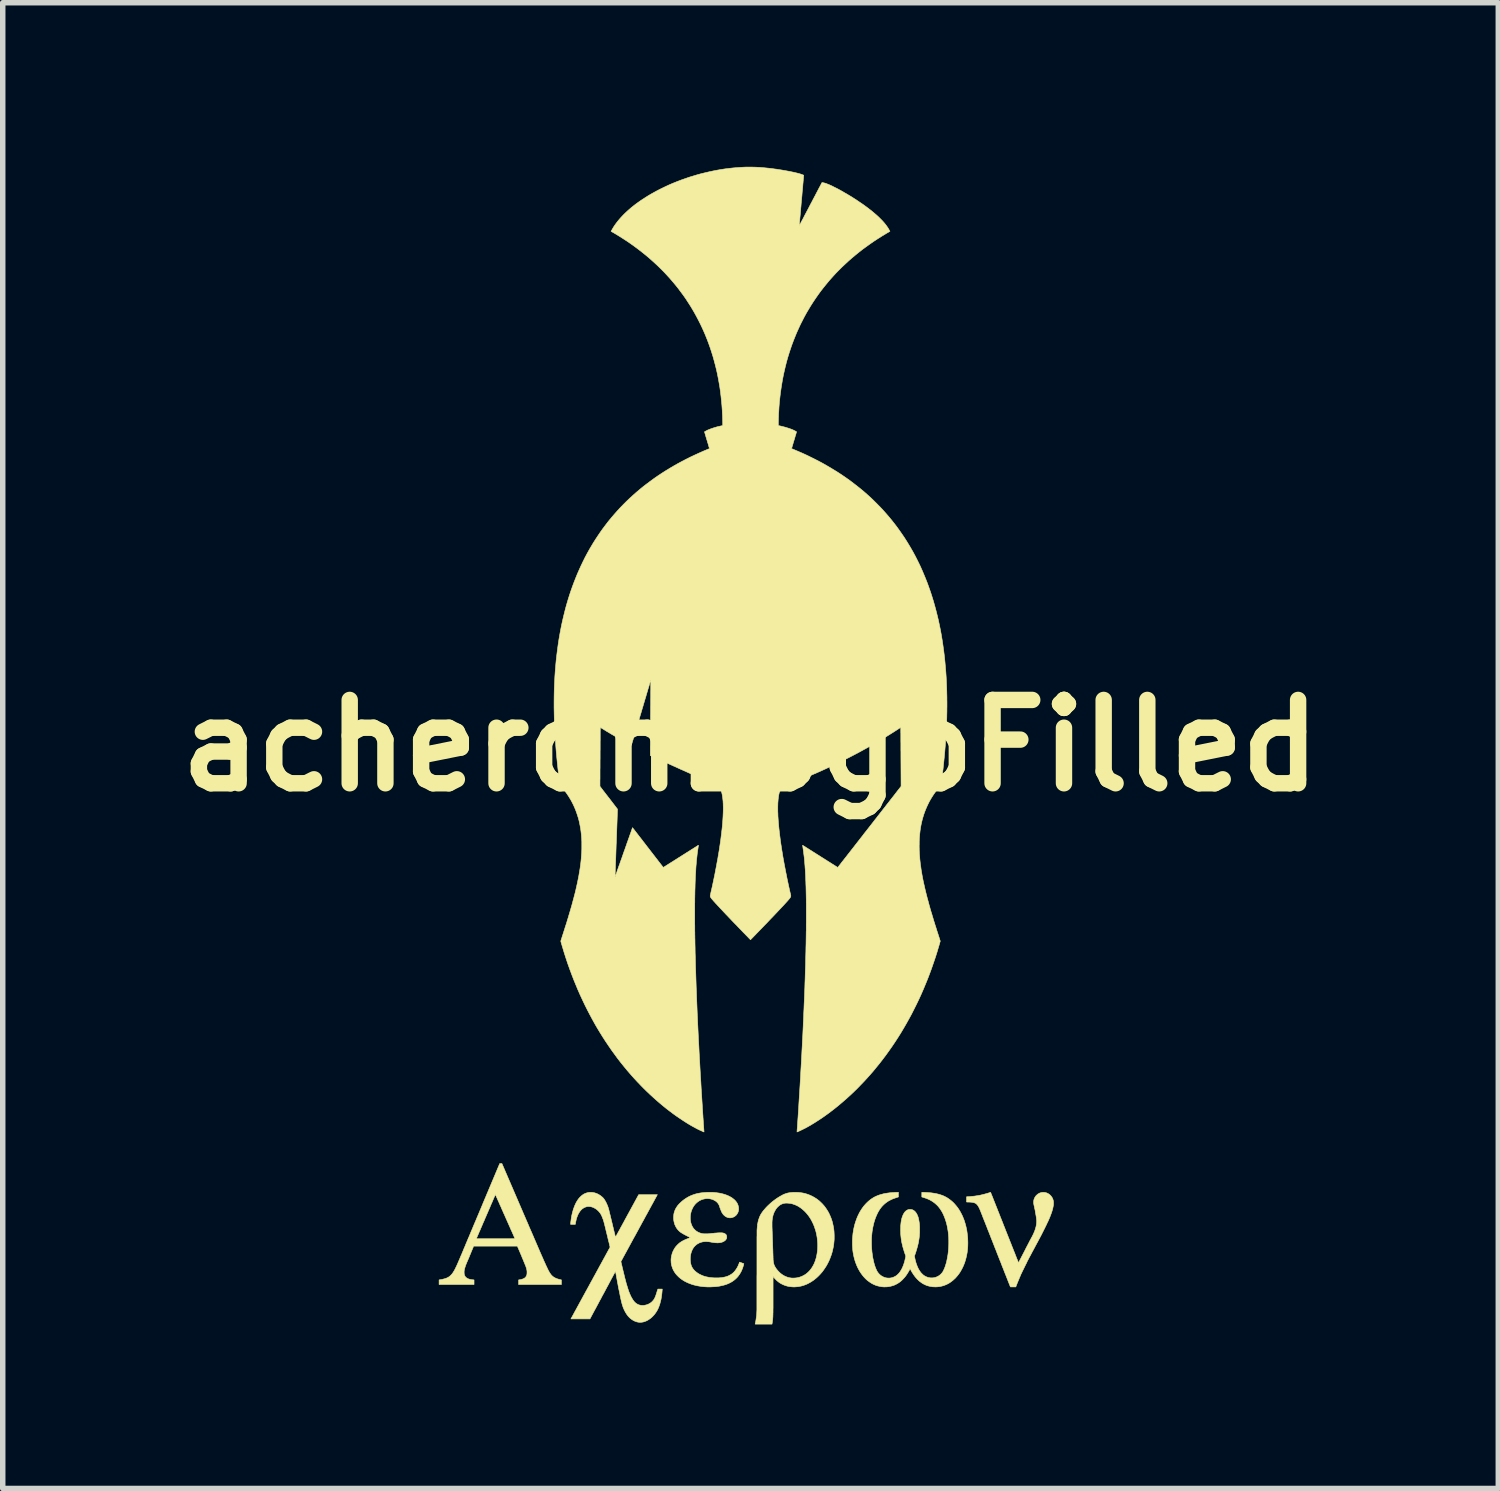
<source format=kicad_pcb>
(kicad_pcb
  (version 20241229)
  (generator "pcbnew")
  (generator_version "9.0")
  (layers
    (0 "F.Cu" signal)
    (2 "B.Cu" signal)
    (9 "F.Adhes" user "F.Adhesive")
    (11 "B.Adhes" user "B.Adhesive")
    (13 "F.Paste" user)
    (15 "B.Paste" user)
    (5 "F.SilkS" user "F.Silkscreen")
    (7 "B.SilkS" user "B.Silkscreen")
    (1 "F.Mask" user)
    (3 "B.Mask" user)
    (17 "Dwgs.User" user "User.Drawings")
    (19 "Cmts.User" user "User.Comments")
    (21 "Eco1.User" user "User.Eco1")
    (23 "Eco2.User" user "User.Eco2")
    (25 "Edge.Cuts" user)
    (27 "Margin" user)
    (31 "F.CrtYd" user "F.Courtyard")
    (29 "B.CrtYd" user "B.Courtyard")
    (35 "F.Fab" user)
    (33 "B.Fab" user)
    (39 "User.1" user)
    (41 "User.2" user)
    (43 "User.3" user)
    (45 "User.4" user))
  (footprint "acheronLogoFilled"
    (layer "F.Cu")
    (at 10.675 10.585)
    (property "Reference" "acheronLogoFilled" (at 0 0 0) (layer "F.SilkS") (effects (font (size 1.524 1.524) (thickness 0.3))))
    (attr through_hole)
    (fp_poly (pts (xy -4.169 8.519) (xy -4.15 8.564) (xy -4.131 8.607) (xy -4.113 8.649) (xy -4.096 8.689) (xy -4.079 8.727) (xy -4.063 8.765) (xy -4.048 8.801) (xy -4.033 8.835) (xy -4.018 8.869) (xy -4.004 8.901) (xy -3.991 8.931) (xy -3.978 8.961) (xy -3.966 8.989) (xy -3.955 9.016) (xy -3.943 9.042) (xy -3.933 9.067) (xy -3.922 9.091) (xy -3.913 9.114) (xy -3.903 9.135) (xy -3.894 9.156) (xy -3.886 9.176) (xy -3.878 9.194) (xy -3.87 9.212) (xy -3.863 9.229) (xy -3.856 9.245) (xy -3.849 9.261) (xy -3.843 9.275) (xy -3.837 9.289) (xy -3.831 9.302) (xy -3.826 9.314) (xy -3.821 9.326) (xy -3.816 9.337) (xy -3.811 9.347) (xy -3.807 9.357) (xy -3.803 9.366) (xy -3.799 9.375) (xy -3.795 9.383) (xy -3.792 9.391) (xy -3.789 9.398) (xy -3.786 9.405) (xy -3.783 9.412) (xy -3.78 9.418) (xy -3.778 9.424) (xy -3.775 9.429) (xy -3.773 9.435) (xy -3.771 9.44) (xy -3.768 9.445) (xy -3.766 9.449) (xy -3.764 9.454) (xy -3.762 9.458) (xy -3.76 9.463) (xy -3.758 9.467) (xy -3.756 9.471) (xy -3.754 9.475) (xy -3.754 9.476) (xy -3.747 9.492) (xy -3.74 9.508) (xy -3.733 9.521) (xy -3.727 9.534) (xy -3.722 9.545) (xy -3.717 9.555) (xy -3.713 9.565) (xy -3.709 9.573) (xy -3.705 9.581) (xy -3.702 9.587) (xy -3.699 9.594) (xy -3.696 9.599) (xy -3.693 9.604) (xy -3.691 9.609) (xy -3.69 9.61) (xy -3.68 9.628) (xy -3.67 9.645) (xy -3.659 9.66) (xy -3.649 9.674) (xy -3.638 9.687) (xy -3.627 9.698) (xy -3.615 9.708) (xy -3.603 9.718) (xy -3.59 9.726) (xy -3.576 9.734) (xy -3.56 9.741) (xy -3.544 9.748) (xy -3.526 9.754) (xy -3.507 9.76) (xy -3.492 9.764) (xy -3.486 9.765) (xy -3.48 9.767) (xy -3.474 9.768) (xy -3.47 9.769) (xy -3.466 9.77) (xy -3.458 9.772) (xy -3.458 9.857) (xy -4.241 9.857) (xy -4.241 9.772) (xy -4.228 9.77) (xy -4.21 9.767) (xy -4.194 9.764) (xy -4.179 9.759) (xy -4.165 9.755) (xy -4.152 9.75) (xy -4.142 9.744) (xy -4.13 9.737) (xy -4.12 9.729) (xy -4.111 9.719) (xy -4.104 9.709) (xy -4.098 9.698) (xy -4.097 9.696) (xy -4.094 9.688) (xy -4.091 9.679) (xy -4.089 9.671) (xy -4.088 9.661) (xy -4.087 9.651) (xy -4.087 9.64) (xy -4.087 9.635) (xy -4.087 9.625) (xy -4.087 9.615) (xy -4.088 9.604) (xy -4.09 9.594) (xy -4.092 9.583) (xy -4.094 9.572) (xy -4.097 9.561) (xy -4.101 9.549) (xy -4.105 9.536) (xy -4.11 9.522) (xy -4.116 9.507) (xy -4.123 9.49) (xy -4.127 9.48) (xy -4.129 9.475) (xy -4.131 9.469) (xy -4.134 9.462) (xy -4.137 9.455) (xy -4.141 9.446) (xy -4.144 9.438) (xy -4.148 9.429) (xy -4.15 9.424) (xy -4.152 9.419) (xy -4.154 9.412) (xy -4.158 9.404) (xy -4.162 9.395) (xy -4.166 9.385) (xy -4.171 9.374) (xy -4.176 9.362) (xy -4.181 9.349) (xy -4.186 9.336) (xy -4.192 9.322) (xy -4.198 9.308) (xy -4.204 9.294) (xy -4.21 9.28) (xy -4.214 9.27) (xy -4.264 9.154) (xy -5.063 9.154) (xy -5.113 9.274) (xy -5.118 9.288) (xy -5.124 9.301) (xy -5.13 9.315) (xy -5.135 9.328) (xy -5.14 9.341) (xy -5.145 9.353) (xy -5.15 9.364) (xy -5.154 9.375) (xy -5.158 9.384) (xy -5.162 9.393) (xy -5.165 9.4) (xy -5.168 9.406) (xy -5.17 9.411) (xy -5.171 9.415) (xy -5.171 9.415) (xy -5.181 9.437) (xy -5.19 9.457) (xy -5.197 9.476) (xy -5.205 9.494) (xy -5.211 9.511) (xy -5.216 9.527) (xy -5.221 9.542) (xy -5.225 9.556) (xy -5.229 9.569) (xy -5.232 9.582) (xy -5.234 9.594) (xy -5.236 9.606) (xy -5.237 9.617) (xy -5.237 9.628) (xy -5.237 9.639) (xy -5.237 9.643) (xy -5.236 9.655) (xy -5.235 9.666) (xy -5.233 9.676) (xy -5.229 9.686) (xy -5.225 9.696) (xy -5.225 9.696) (xy -5.221 9.704) (xy -5.217 9.71) (xy -5.213 9.715) (xy -5.208 9.721) (xy -5.203 9.725) (xy -5.195 9.733) (xy -5.186 9.739) (xy -5.176 9.745) (xy -5.164 9.75) (xy -5.158 9.753) (xy -5.147 9.757) (xy -5.135 9.76) (xy -5.122 9.763) (xy -5.108 9.766) (xy -5.093 9.768) (xy -5.078 9.77) (xy -5.065 9.771) (xy -5.056 9.772) (xy -5.056 9.857) (xy -5.695 9.857) (xy -5.695 9.772) (xy -5.676 9.768) (xy -5.654 9.765) (xy -5.634 9.761) (xy -5.616 9.756) (xy -5.599 9.752) (xy -5.583 9.747) (xy -5.568 9.742) (xy -5.555 9.737) (xy -5.542 9.731) (xy -5.53 9.725) (xy -5.519 9.718) (xy -5.508 9.711) (xy -5.498 9.703) (xy -5.488 9.694) (xy -5.483 9.69) (xy -5.476 9.682) (xy -5.468 9.674) (xy -5.461 9.666) (xy -5.454 9.656) (xy -5.446 9.646) (xy -5.439 9.636) (xy -5.432 9.624) (xy -5.424 9.612) (xy -5.416 9.598) (xy -5.408 9.584) (xy -5.4 9.568) (xy -5.392 9.551) (xy -5.383 9.533) (xy -5.374 9.514) (xy -5.365 9.494) (xy -5.355 9.472) (xy -5.345 9.448) (xy -5.334 9.423) (xy -5.33 9.413) (xy -5.328 9.41) (xy -5.327 9.406) (xy -5.324 9.4) (xy -5.321 9.393) (xy -5.318 9.385) (xy -5.313 9.375) (xy -5.309 9.364) (xy -5.304 9.352) (xy -5.298 9.338) (xy -5.292 9.324) (xy -5.285 9.308) (xy -5.278 9.292) (xy -5.271 9.274) (xy -5.263 9.256) (xy -5.255 9.237) (xy -5.247 9.217) (xy -5.239 9.197) (xy -5.23 9.176) (xy -5.22 9.154) (xy -5.211 9.131) (xy -5.202 9.109) (xy -5.192 9.085) (xy -5.182 9.062) (xy -5.172 9.038) (xy -5.164 9.019) (xy -5.013 9.019) (xy -4.66 9.019) (xy -4.63 9.019) (xy -4.602 9.019) (xy -4.576 9.019) (xy -4.551 9.019) (xy -4.528 9.019) (xy -4.506 9.019) (xy -4.485 9.019) (xy -4.466 9.019) (xy -4.449 9.019) (xy -4.432 9.019) (xy -4.417 9.019) (xy -4.403 9.019) (xy -4.39 9.019) (xy -4.379 9.019) (xy -4.368 9.018) (xy -4.358 9.018) (xy -4.35 9.018) (xy -4.342 9.018) (xy -4.335 9.018) (xy -4.329 9.018) (xy -4.324 9.018) (xy -4.32 9.018) (xy -4.316 9.018) (xy -4.313 9.018) (xy -4.311 9.018) (xy -4.309 9.018) (xy -4.308 9.018) (xy -4.307 9.018) (xy -4.307 9.018) (xy -4.307 9.018) (xy -4.308 9.017) (xy -4.309 9.014) (xy -4.31 9.011) (xy -4.312 9.005) (xy -4.315 8.999) (xy -4.319 8.991) (xy -4.323 8.982) (xy -4.327 8.972) (xy -4.332 8.961) (xy -4.338 8.948) (xy -4.343 8.935) (xy -4.35 8.921) (xy -4.356 8.906) (xy -4.363 8.89) (xy -4.371 8.873) (xy -4.379 8.856) (xy -4.387 8.838) (xy -4.395 8.819) (xy -4.403 8.8) (xy -4.412 8.78) (xy -4.421 8.76) (xy -4.43 8.74) (xy -4.439 8.719) (xy -4.449 8.698) (xy -4.458 8.676) (xy -4.468 8.655) (xy -4.477 8.633) (xy -4.487 8.612) (xy -4.496 8.59) (xy -4.506 8.568) (xy -4.516 8.547) (xy -4.525 8.526) (xy -4.534 8.505) (xy -4.544 8.484) (xy -4.553 8.463) (xy -4.561 8.443) (xy -4.57 8.424) (xy -4.579 8.405) (xy -4.587 8.386) (xy -4.595 8.368) (xy -4.602 8.351) (xy -4.61 8.334) (xy -4.617 8.319) (xy -4.623 8.304) (xy -4.63 8.29) (xy -4.635 8.277) (xy -4.641 8.265) (xy -4.646 8.254) (xy -4.65 8.244) (xy -4.654 8.235) (xy -4.657 8.227) (xy -4.66 8.221) (xy -4.662 8.216) (xy -4.664 8.213) (xy -4.665 8.211) (xy -4.665 8.21) (xy -4.665 8.211) (xy -4.666 8.213) (xy -4.668 8.217) (xy -4.67 8.222) (xy -4.673 8.228) (xy -4.676 8.236) (xy -4.68 8.245) (xy -4.685 8.255) (xy -4.69 8.266) (xy -4.695 8.279) (xy -4.701 8.292) (xy -4.707 8.306) (xy -4.713 8.321) (xy -4.72 8.337) (xy -4.727 8.354) (xy -4.735 8.371) (xy -4.743 8.389) (xy -4.751 8.408) (xy -4.759 8.427) (xy -4.767 8.447) (xy -4.776 8.467) (xy -4.785 8.488) (xy -4.794 8.508) (xy -4.803 8.53) (xy -4.812 8.551) (xy -4.822 8.573) (xy -4.831 8.594) (xy -4.84 8.616) (xy -4.85 8.638) (xy -4.859 8.659) (xy -4.868 8.681) (xy -4.877 8.702) (xy -4.887 8.723) (xy -4.896 8.744) (xy -4.904 8.764) (xy -4.913 8.784) (xy -4.921 8.804) (xy -4.93 8.823) (xy -4.938 8.842) (xy -4.945 8.86) (xy -4.953 8.877) (xy -4.96 8.893) (xy -4.967 8.909) (xy -4.973 8.924) (xy -4.979 8.938) (xy -4.985 8.951) (xy -4.99 8.963) (xy -4.995 8.974) (xy -4.999 8.984) (xy -5.003 8.993) (xy -5.006 9) (xy -5.008 9.006) (xy -5.01 9.011) (xy -5.012 9.014) (xy -5.013 9.016) (xy -5.013 9.017) (xy -5.013 9.019) (xy -5.164 9.019) (xy -5.162 9.013) (xy -5.16 9.01) (xy -5.15 8.987) (xy -5.14 8.961) (xy -5.128 8.935) (xy -5.117 8.907) (xy -5.105 8.878) (xy -5.092 8.848) (xy -5.079 8.817) (xy -5.066 8.785) (xy -5.052 8.752) (xy -5.038 8.719) (xy -5.023 8.685) (xy -5.009 8.65) (xy -4.994 8.615) (xy -4.979 8.58) (xy -4.964 8.544) (xy -4.949 8.508) (xy -4.934 8.473) (xy -4.919 8.437) (xy -4.904 8.401) (xy -4.89 8.366) (xy -4.875 8.331) (xy -4.861 8.297) (xy -4.846 8.263) (xy -4.832 8.229) (xy -4.819 8.197) (xy -4.805 8.165) (xy -4.795 8.141) (xy -4.586 7.644) (xy -4.546 7.644) (xy -4.169 8.519)) (stroke (width 0.01) (type solid)) (fill yes) (layer "F.SilkS"))
    (fp_poly (pts (xy 5.38 8.172) (xy 5.388 8.173) (xy 5.405 8.177) (xy 5.421 8.183) (xy 5.436 8.19) (xy 5.451 8.198) (xy 5.465 8.208) (xy 5.478 8.219) (xy 5.49 8.231) (xy 5.501 8.244) (xy 5.511 8.258) (xy 5.52 8.273) (xy 5.527 8.288) (xy 5.533 8.305) (xy 5.538 8.322) (xy 5.541 8.339) (xy 5.541 8.34) (xy 5.542 8.354) (xy 5.542 8.369) (xy 5.542 8.386) (xy 5.54 8.403) (xy 5.537 8.422) (xy 5.533 8.441) (xy 5.529 8.462) (xy 5.523 8.484) (xy 5.521 8.491) (xy 5.516 8.509) (xy 5.51 8.528) (xy 5.503 8.548) (xy 5.496 8.568) (xy 5.488 8.589) (xy 5.48 8.61) (xy 5.472 8.631) (xy 5.463 8.651) (xy 5.455 8.67) (xy 5.449 8.683) (xy 5.443 8.697) (xy 5.436 8.711) (xy 5.428 8.727) (xy 5.42 8.744) (xy 5.412 8.762) (xy 5.403 8.78) (xy 5.394 8.798) (xy 5.385 8.817) (xy 5.376 8.836) (xy 5.366 8.854) (xy 5.357 8.873) (xy 5.348 8.891) (xy 5.339 8.908) (xy 5.331 8.925) (xy 5.323 8.941) (xy 5.315 8.956) (xy 5.308 8.969) (xy 5.302 8.982) (xy 5.301 8.982) (xy 5.298 8.988) (xy 5.295 8.994) (xy 5.291 9.002) (xy 5.287 9.009) (xy 5.283 9.017) (xy 5.28 9.023) (xy 5.278 9.025) (xy 5.276 9.03) (xy 5.273 9.035) (xy 5.269 9.042) (xy 5.265 9.05) (xy 5.26 9.059) (xy 5.255 9.07) (xy 5.249 9.081) (xy 5.242 9.093) (xy 5.235 9.106) (xy 5.228 9.119) (xy 5.22 9.134) (xy 5.212 9.148) (xy 5.204 9.164) (xy 5.196 9.18) (xy 5.187 9.196) (xy 5.178 9.212) (xy 5.171 9.226) (xy 5.16 9.246) (xy 5.15 9.264) (xy 5.141 9.282) (xy 5.133 9.297) (xy 5.125 9.312) (xy 5.118 9.325) (xy 5.111 9.338) (xy 5.105 9.349) (xy 5.099 9.36) (xy 5.094 9.369) (xy 5.09 9.378) (xy 5.085 9.386) (xy 5.082 9.393) (xy 5.078 9.4) (xy 5.075 9.406) (xy 5.072 9.412) (xy 5.069 9.417) (xy 5.067 9.422) (xy 5.064 9.427) (xy 5.062 9.432) (xy 5.06 9.436) (xy 5.058 9.44) (xy 5.056 9.445) (xy 5.055 9.446) (xy 5.052 9.453) (xy 5.048 9.461) (xy 5.044 9.47) (xy 5.039 9.48) (xy 5.034 9.49) (xy 5.028 9.502) (xy 5.022 9.514) (xy 5.016 9.526) (xy 5.01 9.538) (xy 5.004 9.551) (xy 4.998 9.563) (xy 4.997 9.565) (xy 4.99 9.579) (xy 4.984 9.592) (xy 4.978 9.603) (xy 4.973 9.613) (xy 4.969 9.622) (xy 4.965 9.63) (xy 4.962 9.638) (xy 4.958 9.644) (xy 4.956 9.65) (xy 4.953 9.655) (xy 4.951 9.661) (xy 4.948 9.665) (xy 4.946 9.67) (xy 4.944 9.674) (xy 4.942 9.679) (xy 4.94 9.684) (xy 4.938 9.689) (xy 4.936 9.695) (xy 4.935 9.696) (xy 4.931 9.705) (xy 4.927 9.716) (xy 4.922 9.727) (xy 4.917 9.738) (xy 4.912 9.751) (xy 4.907 9.764) (xy 4.901 9.777) (xy 4.896 9.79) (xy 4.89 9.803) (xy 4.885 9.816) (xy 4.88 9.828) (xy 4.875 9.84) (xy 4.871 9.851) (xy 4.867 9.861) (xy 4.863 9.87) (xy 4.86 9.878) (xy 4.859 9.883) (xy 4.852 9.9) (xy 4.802 9.9) (xy 4.792 9.9) (xy 4.783 9.9) (xy 4.776 9.9) (xy 4.77 9.9) (xy 4.765 9.9) (xy 4.761 9.9) (xy 4.758 9.9) (xy 4.756 9.9) (xy 4.754 9.899) (xy 4.753 9.899) (xy 4.753 9.899) (xy 4.753 9.899) (xy 4.753 9.899) (xy 4.752 9.898) (xy 4.751 9.895) (xy 4.75 9.891) (xy 4.748 9.886) (xy 4.745 9.879) (xy 4.742 9.871) (xy 4.738 9.862) (xy 4.734 9.851) (xy 4.729 9.839) (xy 4.724 9.826) (xy 4.718 9.811) (xy 4.712 9.796) (xy 4.706 9.78) (xy 4.699 9.762) (xy 4.692 9.744) (xy 4.684 9.725) (xy 4.676 9.704) (xy 4.668 9.683) (xy 4.659 9.662) (xy 4.65 9.639) (xy 4.641 9.616) (xy 4.632 9.592) (xy 4.622 9.567) (xy 4.612 9.542) (xy 4.602 9.517) (xy 4.592 9.491) (xy 4.582 9.464) (xy 4.571 9.437) (xy 4.56 9.41) (xy 4.549 9.382) (xy 4.538 9.354) (xy 4.527 9.326) (xy 4.516 9.298) (xy 4.505 9.27) (xy 4.494 9.241) (xy 4.483 9.213) (xy 4.471 9.184) (xy 4.46 9.156) (xy 4.449 9.127) (xy 4.438 9.099) (xy 4.427 9.071) (xy 4.416 9.043) (xy 4.405 9.015) (xy 4.394 8.988) (xy 4.384 8.961) (xy 4.373 8.934) (xy 4.363 8.908) (xy 4.353 8.883) (xy 4.343 8.858) (xy 4.333 8.833) (xy 4.324 8.809) (xy 4.315 8.786) (xy 4.306 8.763) (xy 4.297 8.741) (xy 4.289 8.72) (xy 4.281 8.7) (xy 4.273 8.681) (xy 4.266 8.662) (xy 4.259 8.645) (xy 4.252 8.628) (xy 4.246 8.613) (xy 4.241 8.598) (xy 4.236 8.585) (xy 4.231 8.573) (xy 4.226 8.562) (xy 4.223 8.553) (xy 4.219 8.544) (xy 4.217 8.537) (xy 4.215 8.532) (xy 4.213 8.528) (xy 4.212 8.525) (xy 4.212 8.524) (xy 4.204 8.506) (xy 4.198 8.49) (xy 4.191 8.475) (xy 4.185 8.462) (xy 4.179 8.449) (xy 4.173 8.438) (xy 4.167 8.428) (xy 4.162 8.419) (xy 4.156 8.411) (xy 4.151 8.404) (xy 4.145 8.397) (xy 4.139 8.391) (xy 4.138 8.389) (xy 4.131 8.383) (xy 4.125 8.378) (xy 4.118 8.373) (xy 4.11 8.369) (xy 4.103 8.366) (xy 4.094 8.362) (xy 4.085 8.359) (xy 4.075 8.357) (xy 4.064 8.355) (xy 4.052 8.353) (xy 4.038 8.351) (xy 4.024 8.35) (xy 4.008 8.349) (xy 3.99 8.348) (xy 3.981 8.348) (xy 3.975 8.348) (xy 3.969 8.348) (xy 3.963 8.348) (xy 3.959 8.347) (xy 3.956 8.347) (xy 3.954 8.347) (xy 3.953 8.347) (xy 3.951 8.347) (xy 3.951 8.252) (xy 3.974 8.25) (xy 4.008 8.248) (xy 4.04 8.245) (xy 4.071 8.242) (xy 4.101 8.239) (xy 4.131 8.234) (xy 4.159 8.23) (xy 4.188 8.225) (xy 4.216 8.219) (xy 4.244 8.212) (xy 4.273 8.205) (xy 4.302 8.197) (xy 4.332 8.189) (xy 4.363 8.179) (xy 4.365 8.178) (xy 4.372 8.176) (xy 4.378 8.174) (xy 4.383 8.173) (xy 4.387 8.172) (xy 4.39 8.171) (xy 4.391 8.171) (xy 4.392 8.171) (xy 4.392 8.172) (xy 4.393 8.174) (xy 4.394 8.178) (xy 4.396 8.183) (xy 4.399 8.19) (xy 4.402 8.198) (xy 4.406 8.208) (xy 4.41 8.218) (xy 4.415 8.23) (xy 4.421 8.244) (xy 4.426 8.258) (xy 4.433 8.274) (xy 4.439 8.291) (xy 4.446 8.309) (xy 4.454 8.328) (xy 4.462 8.348) (xy 4.47 8.369) (xy 4.479 8.391) (xy 4.488 8.414) (xy 4.497 8.437) (xy 4.507 8.462) (xy 4.517 8.487) (xy 4.527 8.513) (xy 4.538 8.54) (xy 4.549 8.568) (xy 4.56 8.596) (xy 4.571 8.625) (xy 4.583 8.654) (xy 4.595 8.684) (xy 4.607 8.714) (xy 4.619 8.745) (xy 4.631 8.777) (xy 4.644 8.808) (xy 4.647 8.815) (xy 4.659 8.847) (xy 4.671 8.878) (xy 4.684 8.909) (xy 4.696 8.94) (xy 4.708 8.97) (xy 4.719 8.999) (xy 4.731 9.028) (xy 4.742 9.056) (xy 4.753 9.084) (xy 4.764 9.111) (xy 4.774 9.137) (xy 4.784 9.163) (xy 4.794 9.187) (xy 4.803 9.211) (xy 4.812 9.234) (xy 4.821 9.256) (xy 4.83 9.277) (xy 4.838 9.298) (xy 4.845 9.317) (xy 4.852 9.335) (xy 4.859 9.352) (xy 4.865 9.368) (xy 4.871 9.383) (xy 4.877 9.396) (xy 4.881 9.408) (xy 4.886 9.419) (xy 4.89 9.429) (xy 4.893 9.438) (xy 4.896 9.445) (xy 4.898 9.45) (xy 4.9 9.454) (xy 4.901 9.457) (xy 4.901 9.458) (xy 4.901 9.458) (xy 4.902 9.457) (xy 4.903 9.455) (xy 4.905 9.452) (xy 4.907 9.447) (xy 4.911 9.441) (xy 4.914 9.433) (xy 4.919 9.425) (xy 4.924 9.415) (xy 4.929 9.404) (xy 4.935 9.393) (xy 4.942 9.38) (xy 4.949 9.367) (xy 4.956 9.352) (xy 4.964 9.338) (xy 4.972 9.322) (xy 4.98 9.306) (xy 4.989 9.289) (xy 4.998 9.272) (xy 5.007 9.254) (xy 5.015 9.239) (xy 5.027 9.215) (xy 5.038 9.193) (xy 5.049 9.171) (xy 5.06 9.151) (xy 5.07 9.132) (xy 5.079 9.114) (xy 5.088 9.097) (xy 5.096 9.082) (xy 5.103 9.067) (xy 5.11 9.054) (xy 5.116 9.043) (xy 5.122 9.032) (xy 5.127 9.023) (xy 5.131 9.015) (xy 5.134 9.009) (xy 5.137 9.004) (xy 5.139 9.001) (xy 5.139 9) (xy 5.151 8.979) (xy 5.162 8.956) (xy 5.173 8.934) (xy 5.183 8.911) (xy 5.193 8.887) (xy 5.202 8.864) (xy 5.209 8.841) (xy 5.216 8.818) (xy 5.222 8.796) (xy 5.223 8.79) (xy 5.227 8.769) (xy 5.23 8.748) (xy 5.232 8.728) (xy 5.233 8.708) (xy 5.233 8.687) (xy 5.231 8.666) (xy 5.229 8.647) (xy 5.227 8.632) (xy 5.225 8.616) (xy 5.222 8.599) (xy 5.219 8.582) (xy 5.216 8.564) (xy 5.214 8.557) (xy 5.213 8.549) (xy 5.211 8.542) (xy 5.21 8.535) (xy 5.209 8.528) (xy 5.209 8.523) (xy 5.209 8.523) (xy 5.208 8.52) (xy 5.208 8.517) (xy 5.208 8.515) (xy 5.207 8.512) (xy 5.207 8.509) (xy 5.206 8.506) (xy 5.206 8.503) (xy 5.205 8.499) (xy 5.204 8.494) (xy 5.203 8.488) (xy 5.201 8.482) (xy 5.199 8.474) (xy 5.197 8.465) (xy 5.195 8.455) (xy 5.193 8.446) (xy 5.19 8.431) (xy 5.187 8.417) (xy 5.184 8.404) (xy 5.182 8.393) (xy 5.18 8.383) (xy 5.179 8.374) (xy 5.178 8.365) (xy 5.178 8.357) (xy 5.177 8.349) (xy 5.178 8.342) (xy 5.178 8.335) (xy 5.179 8.328) (xy 5.18 8.321) (xy 5.181 8.315) (xy 5.185 8.299) (xy 5.191 8.283) (xy 5.198 8.267) (xy 5.207 8.253) (xy 5.217 8.238) (xy 5.228 8.226) (xy 5.241 8.214) (xy 5.254 8.203) (xy 5.269 8.194) (xy 5.283 8.186) (xy 5.299 8.18) (xy 5.315 8.175) (xy 5.331 8.172) (xy 5.347 8.17) (xy 5.364 8.17) (xy 5.38 8.172)) (stroke (width 0.01) (type solid)) (fill yes) (layer "F.SilkS"))
    (fp_poly (pts (xy -0.719 8.17) (xy -0.688 8.171) (xy -0.657 8.173) (xy -0.627 8.176) (xy -0.616 8.178) (xy -0.586 8.182) (xy -0.556 8.187) (xy -0.526 8.194) (xy -0.498 8.201) (xy -0.471 8.209) (xy -0.445 8.218) (xy -0.42 8.228) (xy -0.397 8.238) (xy -0.374 8.25) (xy -0.353 8.262) (xy -0.333 8.275) (xy -0.315 8.289) (xy -0.298 8.303) (xy -0.283 8.317) (xy -0.269 8.333) (xy -0.257 8.349) (xy -0.246 8.365) (xy -0.237 8.382) (xy -0.23 8.4) (xy -0.224 8.418) (xy -0.22 8.437) (xy -0.219 8.438) (xy -0.218 8.445) (xy -0.218 8.453) (xy -0.217 8.462) (xy -0.217 8.471) (xy -0.217 8.48) (xy -0.217 8.488) (xy -0.218 8.495) (xy -0.218 8.495) (xy -0.221 8.512) (xy -0.226 8.528) (xy -0.232 8.543) (xy -0.24 8.558) (xy -0.249 8.572) (xy -0.259 8.585) (xy -0.262 8.588) (xy -0.274 8.599) (xy -0.287 8.609) (xy -0.3 8.617) (xy -0.314 8.624) (xy -0.328 8.629) (xy -0.343 8.633) (xy -0.358 8.636) (xy -0.373 8.637) (xy -0.388 8.636) (xy -0.403 8.634) (xy -0.418 8.63) (xy -0.432 8.625) (xy -0.446 8.618) (xy -0.458 8.611) (xy -0.471 8.601) (xy -0.484 8.59) (xy -0.497 8.577) (xy -0.508 8.562) (xy -0.518 8.546) (xy -0.524 8.537) (xy -0.526 8.533) (xy -0.528 8.529) (xy -0.53 8.525) (xy -0.532 8.52) (xy -0.534 8.515) (xy -0.536 8.51) (xy -0.539 8.503) (xy -0.542 8.495) (xy -0.546 8.486) (xy -0.547 8.484) (xy -0.55 8.476) (xy -0.553 8.468) (xy -0.555 8.462) (xy -0.557 8.456) (xy -0.559 8.451) (xy -0.561 8.445) (xy -0.563 8.439) (xy -0.565 8.432) (xy -0.57 8.416) (xy -0.576 8.402) (xy -0.584 8.388) (xy -0.592 8.375) (xy -0.602 8.363) (xy -0.611 8.353) (xy -0.625 8.34) (xy -0.64 8.329) (xy -0.657 8.319) (xy -0.674 8.31) (xy -0.692 8.302) (xy -0.711 8.296) (xy -0.731 8.291) (xy -0.753 8.287) (xy -0.756 8.287) (xy -0.762 8.286) (xy -0.769 8.286) (xy -0.777 8.285) (xy -0.785 8.285) (xy -0.794 8.285) (xy -0.802 8.285) (xy -0.809 8.286) (xy -0.815 8.286) (xy -0.818 8.286) (xy -0.84 8.29) (xy -0.862 8.295) (xy -0.884 8.301) (xy -0.904 8.309) (xy -0.924 8.319) (xy -0.943 8.33) (xy -0.962 8.343) (xy -0.975 8.353) (xy -0.992 8.368) (xy -1.008 8.384) (xy -1.023 8.402) (xy -1.037 8.421) (xy -1.049 8.44) (xy -1.06 8.461) (xy -1.07 8.483) (xy -1.079 8.505) (xy -1.086 8.528) (xy -1.092 8.552) (xy -1.097 8.577) (xy -1.099 8.598) (xy -1.1 8.605) (xy -1.1 8.612) (xy -1.101 8.621) (xy -1.101 8.63) (xy -1.101 8.639) (xy -1.101 8.648) (xy -1.101 8.657) (xy -1.1 8.664) (xy -1.1 8.67) (xy -1.097 8.694) (xy -1.093 8.717) (xy -1.087 8.739) (xy -1.08 8.759) (xy -1.072 8.779) (xy -1.063 8.797) (xy -1.052 8.815) (xy -1.04 8.832) (xy -1.027 8.847) (xy -1.018 8.856) (xy -1.004 8.869) (xy -0.988 8.881) (xy -0.971 8.892) (xy -0.954 8.901) (xy -0.936 8.909) (xy -0.916 8.916) (xy -0.896 8.922) (xy -0.875 8.926) (xy -0.86 8.928) (xy -0.856 8.928) (xy -0.852 8.929) (xy -0.848 8.929) (xy -0.843 8.929) (xy -0.838 8.929) (xy -0.831 8.929) (xy -0.823 8.929) (xy -0.814 8.929) (xy -0.803 8.929) (xy -0.792 8.929) (xy -0.783 8.929) (xy -0.774 8.928) (xy -0.765 8.928) (xy -0.757 8.927) (xy -0.747 8.926) (xy -0.737 8.925) (xy -0.725 8.923) (xy -0.725 8.923) (xy -0.715 8.922) (xy -0.706 8.921) (xy -0.699 8.92) (xy -0.694 8.92) (xy -0.69 8.92) (xy -0.683 8.919) (xy -0.675 8.919) (xy -0.669 8.918) (xy -0.666 8.917) (xy -0.661 8.917) (xy -0.655 8.916) (xy -0.648 8.916) (xy -0.639 8.915) (xy -0.631 8.914) (xy -0.621 8.914) (xy -0.612 8.913) (xy -0.602 8.912) (xy -0.593 8.912) (xy -0.584 8.911) (xy -0.575 8.911) (xy -0.567 8.911) (xy -0.565 8.91) (xy -0.549 8.91) (xy -0.535 8.91) (xy -0.523 8.911) (xy -0.511 8.912) (xy -0.501 8.914) (xy -0.491 8.917) (xy -0.489 8.917) (xy -0.477 8.921) (xy -0.467 8.927) (xy -0.458 8.933) (xy -0.45 8.94) (xy -0.444 8.948) (xy -0.439 8.958) (xy -0.436 8.968) (xy -0.435 8.975) (xy -0.434 8.984) (xy -0.434 8.993) (xy -0.435 9.001) (xy -0.435 9.001) (xy -0.437 9.011) (xy -0.442 9.022) (xy -0.448 9.032) (xy -0.455 9.041) (xy -0.463 9.05) (xy -0.473 9.058) (xy -0.485 9.065) (xy -0.497 9.072) (xy -0.51 9.078) (xy -0.525 9.083) (xy -0.54 9.087) (xy -0.555 9.09) (xy -0.561 9.091) (xy -0.567 9.092) (xy -0.572 9.092) (xy -0.578 9.093) (xy -0.583 9.093) (xy -0.59 9.093) (xy -0.597 9.094) (xy -0.606 9.094) (xy -0.607 9.094) (xy -0.631 9.093) (xy -0.655 9.091) (xy -0.679 9.088) (xy -0.703 9.084) (xy -0.716 9.082) (xy -0.735 9.078) (xy -0.754 9.075) (xy -0.774 9.073) (xy -0.793 9.072) (xy -0.812 9.071) (xy -0.83 9.071) (xy -0.847 9.073) (xy -0.861 9.074) (xy -0.883 9.078) (xy -0.904 9.084) (xy -0.924 9.09) (xy -0.943 9.099) (xy -0.961 9.109) (xy -0.974 9.116) (xy -0.99 9.128) (xy -1.004 9.14) (xy -1.018 9.153) (xy -1.03 9.167) (xy -1.04 9.18) (xy -1.052 9.197) (xy -1.062 9.216) (xy -1.071 9.235) (xy -1.079 9.256) (xy -1.086 9.277) (xy -1.092 9.3) (xy -1.096 9.323) (xy -1.099 9.346) (xy -1.101 9.37) (xy -1.101 9.395) (xy -1.101 9.41) (xy -1.099 9.431) (xy -1.097 9.451) (xy -1.094 9.469) (xy -1.09 9.486) (xy -1.085 9.503) (xy -1.08 9.518) (xy -1.073 9.533) (xy -1.065 9.548) (xy -1.058 9.559) (xy -1.048 9.573) (xy -1.037 9.587) (xy -1.024 9.6) (xy -1.01 9.614) (xy -0.994 9.627) (xy -0.978 9.639) (xy -0.961 9.651) (xy -0.943 9.662) (xy -0.925 9.672) (xy -0.92 9.674) (xy -0.895 9.686) (xy -0.869 9.697) (xy -0.842 9.706) (xy -0.814 9.714) (xy -0.784 9.72) (xy -0.754 9.726) (xy -0.722 9.73) (xy -0.689 9.733) (xy -0.656 9.735) (xy -0.651 9.735) (xy -0.62 9.735) (xy -0.59 9.735) (xy -0.561 9.733) (xy -0.534 9.731) (xy -0.508 9.727) (xy -0.483 9.722) (xy -0.46 9.717) (xy -0.437 9.71) (xy -0.416 9.703) (xy -0.396 9.694) (xy -0.377 9.684) (xy -0.358 9.673) (xy -0.341 9.662) (xy -0.325 9.649) (xy -0.31 9.636) (xy -0.299 9.625) (xy -0.289 9.613) (xy -0.279 9.601) (xy -0.27 9.588) (xy -0.262 9.577) (xy -0.25 9.558) (xy -0.238 9.537) (xy -0.227 9.515) (xy -0.217 9.491) (xy -0.207 9.467) (xy -0.204 9.459) (xy -0.203 9.455) (xy -0.202 9.451) (xy -0.201 9.449) (xy -0.2 9.447) (xy -0.2 9.447) (xy -0.199 9.447) (xy -0.197 9.448) (xy -0.193 9.449) (xy -0.189 9.451) (xy -0.184 9.452) (xy -0.178 9.455) (xy -0.171 9.457) (xy -0.164 9.459) (xy -0.157 9.462) (xy -0.151 9.464) (xy -0.144 9.467) (xy -0.138 9.469) (xy -0.133 9.471) (xy -0.128 9.473) (xy -0.125 9.474) (xy -0.122 9.475) (xy -0.121 9.476) (xy -0.121 9.476) (xy -0.122 9.479) (xy -0.123 9.482) (xy -0.124 9.486) (xy -0.125 9.491) (xy -0.126 9.497) (xy -0.128 9.502) (xy -0.129 9.508) (xy -0.13 9.511) (xy -0.139 9.54) (xy -0.149 9.568) (xy -0.16 9.595) (xy -0.172 9.621) (xy -0.186 9.646) (xy -0.2 9.669) (xy -0.216 9.691) (xy -0.232 9.713) (xy -0.233 9.713) (xy -0.237 9.718) (xy -0.242 9.724) (xy -0.248 9.73) (xy -0.255 9.737) (xy -0.261 9.743) (xy -0.267 9.749) (xy -0.273 9.755) (xy -0.277 9.758) (xy -0.297 9.775) (xy -0.319 9.791) (xy -0.341 9.806) (xy -0.365 9.819) (xy -0.39 9.832) (xy -0.415 9.843) (xy -0.442 9.854) (xy -0.471 9.863) (xy -0.5 9.871) (xy -0.531 9.878) (xy -0.563 9.885) (xy -0.596 9.89) (xy -0.63 9.894) (xy -0.637 9.895) (xy -0.654 9.896) (xy -0.673 9.897) (xy -0.693 9.898) (xy -0.713 9.899) (xy -0.733 9.9) (xy -0.753 9.9) (xy -0.772 9.9) (xy -0.787 9.9) (xy -0.826 9.898) (xy -0.864 9.895) (xy -0.902 9.891) (xy -0.938 9.885) (xy -0.974 9.879) (xy -1.009 9.871) (xy -1.043 9.862) (xy -1.076 9.852) (xy -1.108 9.84) (xy -1.139 9.828) (xy -1.169 9.814) (xy -1.197 9.8) (xy -1.225 9.784) (xy -1.251 9.767) (xy -1.264 9.758) (xy -1.273 9.751) (xy -1.283 9.744) (xy -1.292 9.736) (xy -1.301 9.728) (xy -1.303 9.727) (xy -1.308 9.723) (xy -1.313 9.718) (xy -1.319 9.712) (xy -1.325 9.706) (xy -1.332 9.699) (xy -1.338 9.693) (xy -1.344 9.687) (xy -1.349 9.681) (xy -1.354 9.676) (xy -1.355 9.675) (xy -1.372 9.654) (xy -1.387 9.632) (xy -1.401 9.609) (xy -1.413 9.587) (xy -1.424 9.563) (xy -1.432 9.54) (xy -1.44 9.515) (xy -1.446 9.49) (xy -1.45 9.465) (xy -1.452 9.447) (xy -1.452 9.44) (xy -1.452 9.432) (xy -1.453 9.423) (xy -1.453 9.414) (xy -1.453 9.405) (xy -1.453 9.397) (xy -1.452 9.389) (xy -1.452 9.385) (xy -1.449 9.359) (xy -1.444 9.334) (xy -1.438 9.309) (xy -1.431 9.284) (xy -1.422 9.26) (xy -1.411 9.237) (xy -1.399 9.214) (xy -1.386 9.192) (xy -1.372 9.171) (xy -1.358 9.155) (xy -1.355 9.151) (xy -1.35 9.146) (xy -1.345 9.14) (xy -1.339 9.134) (xy -1.333 9.128) (xy -1.327 9.122) (xy -1.321 9.117) (xy -1.315 9.111) (xy -1.311 9.107) (xy -1.307 9.104) (xy -1.295 9.094) (xy -1.283 9.085) (xy -1.27 9.077) (xy -1.256 9.068) (xy -1.242 9.06) (xy -1.227 9.052) (xy -1.211 9.044) (xy -1.194 9.036) (xy -1.175 9.028) (xy -1.155 9.02) (xy -1.134 9.012) (xy -1.119 9.006) (xy -1.098 8.998) (xy -1.101 8.997) (xy -1.103 8.996) (xy -1.106 8.995) (xy -1.111 8.992) (xy -1.116 8.99) (xy -1.122 8.987) (xy -1.129 8.983) (xy -1.137 8.98) (xy -1.145 8.976) (xy -1.152 8.972) (xy -1.16 8.968) (xy -1.168 8.964) (xy -1.175 8.96) (xy -1.182 8.957) (xy -1.188 8.954) (xy -1.193 8.951) (xy -1.197 8.949) (xy -1.199 8.948) (xy -1.21 8.942) (xy -1.221 8.936) (xy -1.231 8.93) (xy -1.242 8.924) (xy -1.251 8.918) (xy -1.26 8.913) (xy -1.268 8.908) (xy -1.275 8.903) (xy -1.281 8.899) (xy -1.281 8.899) (xy -1.297 8.886) (xy -1.313 8.871) (xy -1.328 8.855) (xy -1.342 8.837) (xy -1.352 8.823) (xy -1.364 8.803) (xy -1.374 8.782) (xy -1.384 8.761) (xy -1.391 8.738) (xy -1.397 8.716) (xy -1.402 8.692) (xy -1.405 8.669) (xy -1.407 8.645) (xy -1.407 8.623) (xy -1.405 8.6) (xy -1.403 8.577) (xy -1.399 8.554) (xy -1.393 8.532) (xy -1.386 8.511) (xy -1.378 8.49) (xy -1.368 8.47) (xy -1.356 8.449) (xy -1.343 8.43) (xy -1.329 8.41) (xy -1.312 8.391) (xy -1.295 8.373) (xy -1.275 8.354) (xy -1.254 8.335) (xy -1.24 8.323) (xy -1.214 8.303) (xy -1.188 8.285) (xy -1.161 8.268) (xy -1.135 8.253) (xy -1.107 8.239) (xy -1.08 8.227) (xy -1.051 8.216) (xy -1.022 8.206) (xy -0.991 8.197) (xy -0.961 8.19) (xy -0.934 8.185) (xy -0.905 8.18) (xy -0.876 8.177) (xy -0.845 8.174) (xy -0.814 8.172) (xy -0.783 8.17) (xy -0.751 8.17) (xy -0.719 8.17)) (stroke (width 0.01) (type solid)) (fill yes) (layer "F.SilkS"))
    (fp_poly (pts (xy 0.853 8.171) (xy 0.879 8.172) (xy 0.904 8.175) (xy 0.908 8.175) (xy 0.941 8.18) (xy 0.974 8.186) (xy 1.006 8.194) (xy 1.038 8.204) (xy 1.069 8.215) (xy 1.099 8.228) (xy 1.129 8.242) (xy 1.158 8.258) (xy 1.186 8.275) (xy 1.214 8.293) (xy 1.24 8.313) (xy 1.259 8.328) (xy 1.277 8.345) (xy 1.295 8.362) (xy 1.313 8.38) (xy 1.329 8.398) (xy 1.345 8.416) (xy 1.35 8.422) (xy 1.371 8.45) (xy 1.391 8.479) (xy 1.41 8.509) (xy 1.428 8.54) (xy 1.444 8.572) (xy 1.459 8.606) (xy 1.473 8.64) (xy 1.485 8.674) (xy 1.496 8.71) (xy 1.505 8.747) (xy 1.513 8.784) (xy 1.52 8.822) (xy 1.521 8.829) (xy 1.524 8.85) (xy 1.526 8.869) (xy 1.528 8.889) (xy 1.529 8.909) (xy 1.53 8.93) (xy 1.531 8.951) (xy 1.531 8.963) (xy 1.531 8.995) (xy 1.531 9.025) (xy 1.529 9.055) (xy 1.526 9.085) (xy 1.523 9.116) (xy 1.523 9.117) (xy 1.517 9.157) (xy 1.509 9.197) (xy 1.5 9.237) (xy 1.49 9.276) (xy 1.478 9.314) (xy 1.464 9.352) (xy 1.45 9.389) (xy 1.434 9.426) (xy 1.416 9.462) (xy 1.398 9.496) (xy 1.378 9.53) (xy 1.356 9.563) (xy 1.334 9.595) (xy 1.311 9.626) (xy 1.286 9.655) (xy 1.276 9.666) (xy 1.269 9.674) (xy 1.26 9.683) (xy 1.252 9.692) (xy 1.243 9.701) (xy 1.233 9.71) (xy 1.225 9.718) (xy 1.216 9.726) (xy 1.21 9.732) (xy 1.183 9.754) (xy 1.157 9.775) (xy 1.129 9.794) (xy 1.102 9.811) (xy 1.074 9.827) (xy 1.046 9.842) (xy 1.017 9.855) (xy 0.988 9.866) (xy 0.959 9.876) (xy 0.929 9.884) (xy 0.9 9.89) (xy 0.87 9.895) (xy 0.84 9.898) (xy 0.81 9.9) (xy 0.78 9.9) (xy 0.75 9.898) (xy 0.72 9.894) (xy 0.715 9.894) (xy 0.687 9.889) (xy 0.66 9.882) (xy 0.634 9.874) (xy 0.608 9.864) (xy 0.584 9.853) (xy 0.56 9.841) (xy 0.536 9.827) (xy 0.514 9.811) (xy 0.494 9.795) (xy 0.488 9.79) (xy 0.482 9.785) (xy 0.475 9.778) (xy 0.469 9.772) (xy 0.462 9.765) (xy 0.455 9.758) (xy 0.449 9.751) (xy 0.444 9.746) (xy 0.442 9.743) (xy 0.438 9.739) (xy 0.434 9.734) (xy 0.43 9.728) (xy 0.426 9.723) (xy 0.421 9.717) (xy 0.418 9.712) (xy 0.415 9.708) (xy 0.415 9.708) (xy 0.415 9.708) (xy 0.414 9.708) (xy 0.414 9.708) (xy 0.414 9.709) (xy 0.414 9.71) (xy 0.414 9.711) (xy 0.414 9.712) (xy 0.414 9.715) (xy 0.414 9.717) (xy 0.414 9.721) (xy 0.414 9.725) (xy 0.414 9.729) (xy 0.414 9.735) (xy 0.414 9.741) (xy 0.413 9.748) (xy 0.413 9.756) (xy 0.413 9.765) (xy 0.413 9.775) (xy 0.413 9.786) (xy 0.413 9.798) (xy 0.413 9.811) (xy 0.413 9.825) (xy 0.413 9.841) (xy 0.413 9.858) (xy 0.413 9.876) (xy 0.413 9.896) (xy 0.413 9.917) (xy 0.413 9.94) (xy 0.413 9.964) (xy 0.413 9.99) (xy 0.413 10.001) (xy 0.413 10.034) (xy 0.413 10.066) (xy 0.413 10.096) (xy 0.413 10.125) (xy 0.413 10.152) (xy 0.413 10.178) (xy 0.413 10.202) (xy 0.413 10.225) (xy 0.413 10.247) (xy 0.413 10.268) (xy 0.413 10.287) (xy 0.412 10.305) (xy 0.412 10.322) (xy 0.412 10.339) (xy 0.412 10.354) (xy 0.412 10.368) (xy 0.411 10.382) (xy 0.411 10.394) (xy 0.411 10.406) (xy 0.41 10.418) (xy 0.41 10.428) (xy 0.41 10.438) (xy 0.409 10.448) (xy 0.409 10.457) (xy 0.408 10.465) (xy 0.408 10.473) (xy 0.407 10.481) (xy 0.406 10.489) (xy 0.406 10.496) (xy 0.405 10.503) (xy 0.404 10.51) (xy 0.403 10.517) (xy 0.402 10.524) (xy 0.401 10.531) (xy 0.4 10.538) (xy 0.399 10.546) (xy 0.398 10.553) (xy 0.397 10.559) (xy 0.396 10.564) (xy 0.395 10.57) (xy 0.395 10.574) (xy 0.394 10.578) (xy 0.394 10.58) (xy 0.394 10.58) (xy 0.393 10.58) (xy 0.39 10.581) (xy 0.386 10.581) (xy 0.381 10.581) (xy 0.374 10.581) (xy 0.366 10.581) (xy 0.357 10.581) (xy 0.347 10.581) (xy 0.335 10.581) (xy 0.323 10.581) (xy 0.31 10.581) (xy 0.296 10.581) (xy 0.281 10.581) (xy 0.266 10.581) (xy 0.25 10.581) (xy 0.239 10.581) (xy 0.223 10.581) (xy 0.208 10.581) (xy 0.193 10.581) (xy 0.178 10.581) (xy 0.164 10.581) (xy 0.152 10.581) (xy 0.139 10.581) (xy 0.128 10.581) (xy 0.118 10.581) (xy 0.11 10.581) (xy 0.102 10.581) (xy 0.096 10.58) (xy 0.091 10.58) (xy 0.087 10.58) (xy 0.085 10.58) (xy 0.085 10.58) (xy 0.085 10.579) (xy 0.085 10.577) (xy 0.086 10.574) (xy 0.087 10.57) (xy 0.095 10.534) (xy 0.101 10.497) (xy 0.106 10.461) (xy 0.111 10.425) (xy 0.114 10.389) (xy 0.115 10.36) (xy 0.115 10.354) (xy 0.116 10.348) (xy 0.116 10.342) (xy 0.116 10.337) (xy 0.116 10.334) (xy 0.116 10.332) (xy 0.116 10.331) (xy 0.117 10.328) (xy 0.117 10.324) (xy 0.117 10.318) (xy 0.117 10.31) (xy 0.117 10.301) (xy 0.117 10.291) (xy 0.117 10.279) (xy 0.117 10.266) (xy 0.117 10.251) (xy 0.117 10.235) (xy 0.117 10.218) (xy 0.117 10.199) (xy 0.117 10.18) (xy 0.117 10.159) (xy 0.117 10.137) (xy 0.117 10.114) (xy 0.117 10.09) (xy 0.117 10.065) (xy 0.117 10.039) (xy 0.117 10.013) (xy 0.117 9.985) (xy 0.117 9.956) (xy 0.117 9.927) (xy 0.117 9.897) (xy 0.117 9.866) (xy 0.117 9.835) (xy 0.117 9.803) (xy 0.117 9.77) (xy 0.117 9.737) (xy 0.117 9.703) (xy 0.118 9.669) (xy 0.118 9.635) (xy 0.118 9.602) (xy 0.118 9.557) (xy 0.118 9.513) (xy 0.118 9.47) (xy 0.118 9.429) (xy 0.118 9.39) (xy 0.118 9.353) (xy 0.118 9.317) (xy 0.118 9.282) (xy 0.118 9.249) (xy 0.118 9.218) (xy 0.118 9.188) (xy 0.118 9.159) (xy 0.118 9.132) (xy 0.118 9.107) (xy 0.118 9.083) (xy 0.118 9.06) (xy 0.118 9.038) (xy 0.118 9.018) (xy 0.118 9) (xy 0.118 8.982) (xy 0.119 8.966) (xy 0.119 8.951) (xy 0.119 8.938) (xy 0.119 8.925) (xy 0.119 8.914) (xy 0.119 8.904) (xy 0.119 8.895) (xy 0.119 8.888) (xy 0.119 8.881) (xy 0.119 8.876) (xy 0.119 8.871) (xy 0.119 8.868) (xy 0.119 8.866) (xy 0.119 8.865) (xy 0.12 8.852) (xy 0.121 8.841) (xy 0.122 8.831) (xy 0.122 8.822) (xy 0.123 8.814) (xy 0.124 8.807) (xy 0.124 8.8) (xy 0.125 8.793) (xy 0.126 8.786) (xy 0.127 8.779) (xy 0.127 8.778) (xy 0.129 8.759) (xy 0.394 8.759) (xy 0.394 8.763) (xy 0.394 8.767) (xy 0.394 8.772) (xy 0.394 8.776) (xy 0.394 8.781) (xy 0.394 8.786) (xy 0.394 8.791) (xy 0.394 8.797) (xy 0.394 8.804) (xy 0.394 8.81) (xy 0.395 8.818) (xy 0.395 8.826) (xy 0.395 8.835) (xy 0.396 8.845) (xy 0.396 8.856) (xy 0.396 8.867) (xy 0.397 8.88) (xy 0.397 8.894) (xy 0.398 8.908) (xy 0.398 8.924) (xy 0.399 8.942) (xy 0.4 8.961) (xy 0.4 8.981) (xy 0.401 9.002) (xy 0.402 9.025) (xy 0.403 9.05) (xy 0.403 9.059) (xy 0.404 9.081) (xy 0.405 9.102) (xy 0.405 9.123) (xy 0.406 9.143) (xy 0.407 9.163) (xy 0.407 9.183) (xy 0.408 9.202) (xy 0.409 9.22) (xy 0.409 9.238) (xy 0.41 9.255) (xy 0.41 9.271) (xy 0.411 9.286) (xy 0.411 9.3) (xy 0.412 9.312) (xy 0.412 9.324) (xy 0.412 9.334) (xy 0.413 9.343) (xy 0.413 9.35) (xy 0.413 9.356) (xy 0.413 9.36) (xy 0.413 9.369) (xy 0.414 9.377) (xy 0.414 9.386) (xy 0.414 9.393) (xy 0.414 9.399) (xy 0.414 9.405) (xy 0.415 9.409) (xy 0.415 9.412) (xy 0.415 9.412) (xy 0.417 9.431) (xy 0.42 9.449) (xy 0.423 9.466) (xy 0.427 9.482) (xy 0.432 9.497) (xy 0.438 9.511) (xy 0.445 9.526) (xy 0.454 9.54) (xy 0.463 9.555) (xy 0.473 9.57) (xy 0.478 9.576) (xy 0.495 9.597) (xy 0.512 9.616) (xy 0.53 9.634) (xy 0.548 9.651) (xy 0.568 9.666) (xy 0.58 9.675) (xy 0.602 9.689) (xy 0.624 9.701) (xy 0.646 9.711) (xy 0.669 9.72) (xy 0.691 9.727) (xy 0.698 9.729) (xy 0.711 9.732) (xy 0.724 9.734) (xy 0.738 9.736) (xy 0.753 9.738) (xy 0.753 9.738) (xy 0.755 9.738) (xy 0.758 9.738) (xy 0.762 9.738) (xy 0.768 9.738) (xy 0.774 9.738) (xy 0.78 9.738) (xy 0.785 9.738) (xy 0.794 9.738) (xy 0.802 9.738) (xy 0.808 9.737) (xy 0.814 9.737) (xy 0.819 9.737) (xy 0.824 9.736) (xy 0.828 9.736) (xy 0.839 9.735) (xy 0.848 9.733) (xy 0.857 9.732) (xy 0.866 9.73) (xy 0.875 9.727) (xy 0.879 9.727) (xy 0.904 9.72) (xy 0.928 9.711) (xy 0.951 9.701) (xy 0.973 9.69) (xy 0.995 9.677) (xy 1.016 9.663) (xy 1.036 9.647) (xy 1.055 9.63) (xy 1.073 9.612) (xy 1.091 9.592) (xy 1.107 9.571) (xy 1.123 9.549) (xy 1.137 9.525) (xy 1.151 9.501) (xy 1.164 9.475) (xy 1.175 9.448) (xy 1.186 9.42) (xy 1.195 9.39) (xy 1.204 9.36) (xy 1.204 9.358) (xy 1.211 9.326) (xy 1.217 9.293) (xy 1.222 9.259) (xy 1.226 9.225) (xy 1.228 9.19) (xy 1.229 9.154) (xy 1.229 9.118) (xy 1.227 9.082) (xy 1.224 9.046) (xy 1.22 9.01) (xy 1.219 9) (xy 1.213 8.964) (xy 1.206 8.928) (xy 1.198 8.893) (xy 1.188 8.859) (xy 1.177 8.826) (xy 1.166 8.793) (xy 1.153 8.761) (xy 1.139 8.73) (xy 1.124 8.7) (xy 1.108 8.67) (xy 1.091 8.642) (xy 1.073 8.615) (xy 1.054 8.589) (xy 1.034 8.564) (xy 1.013 8.54) (xy 0.992 8.518) (xy 0.969 8.497) (xy 0.946 8.477) (xy 0.923 8.459) (xy 0.898 8.442) (xy 0.878 8.429) (xy 0.873 8.426) (xy 0.866 8.422) (xy 0.858 8.418) (xy 0.85 8.414) (xy 0.842 8.41) (xy 0.834 8.407) (xy 0.826 8.403) (xy 0.82 8.4) (xy 0.817 8.399) (xy 0.792 8.39) (xy 0.768 8.382) (xy 0.743 8.376) (xy 0.718 8.372) (xy 0.693 8.369) (xy 0.675 8.368) (xy 0.657 8.367) (xy 0.639 8.368) (xy 0.623 8.37) (xy 0.607 8.373) (xy 0.592 8.377) (xy 0.577 8.383) (xy 0.565 8.388) (xy 0.552 8.395) (xy 0.539 8.403) (xy 0.527 8.411) (xy 0.516 8.421) (xy 0.504 8.432) (xy 0.497 8.439) (xy 0.485 8.451) (xy 0.474 8.465) (xy 0.464 8.479) (xy 0.455 8.494) (xy 0.446 8.51) (xy 0.44 8.521) (xy 0.429 8.544) (xy 0.42 8.568) (xy 0.412 8.593) (xy 0.406 8.619) (xy 0.401 8.646) (xy 0.397 8.674) (xy 0.397 8.677) (xy 0.396 8.684) (xy 0.395 8.691) (xy 0.395 8.698) (xy 0.395 8.705) (xy 0.394 8.713) (xy 0.394 8.721) (xy 0.394 8.731) (xy 0.394 8.741) (xy 0.394 8.754) (xy 0.394 8.759) (xy 0.129 8.759) (xy 0.131 8.75) (xy 0.135 8.724) (xy 0.141 8.698) (xy 0.147 8.674) (xy 0.155 8.651) (xy 0.163 8.629) (xy 0.172 8.607) (xy 0.182 8.587) (xy 0.183 8.584) (xy 0.192 8.569) (xy 0.201 8.554) (xy 0.211 8.54) (xy 0.221 8.525) (xy 0.233 8.509) (xy 0.245 8.495) (xy 0.273 8.462) (xy 0.302 8.431) (xy 0.333 8.401) (xy 0.365 8.371) (xy 0.398 8.343) (xy 0.432 8.317) (xy 0.467 8.291) (xy 0.503 8.267) (xy 0.539 8.245) (xy 0.577 8.224) (xy 0.58 8.222) (xy 0.603 8.21) (xy 0.628 8.2) (xy 0.652 8.192) (xy 0.678 8.184) (xy 0.703 8.179) (xy 0.729 8.175) (xy 0.752 8.173) (xy 0.777 8.171) (xy 0.802 8.17) (xy 0.828 8.17) (xy 0.853 8.171)) (stroke (width 0.01) (type solid)) (fill yes) (layer "F.SilkS"))
    (fp_poly (pts (xy 2.705 8.212) (xy 2.705 8.255) (xy 2.692 8.259) (xy 2.662 8.269) (xy 2.633 8.279) (xy 2.605 8.289) (xy 2.578 8.301) (xy 2.554 8.313) (xy 2.53 8.325) (xy 2.508 8.339) (xy 2.491 8.351) (xy 2.468 8.368) (xy 2.446 8.387) (xy 2.425 8.407) (xy 2.405 8.428) (xy 2.387 8.45) (xy 2.369 8.474) (xy 2.365 8.48) (xy 2.349 8.505) (xy 2.334 8.531) (xy 2.32 8.558) (xy 2.307 8.587) (xy 2.294 8.617) (xy 2.282 8.648) (xy 2.271 8.68) (xy 2.261 8.713) (xy 2.252 8.747) (xy 2.244 8.782) (xy 2.236 8.818) (xy 2.23 8.854) (xy 2.224 8.891) (xy 2.22 8.928) (xy 2.216 8.966) (xy 2.216 8.97) (xy 2.216 8.979) (xy 2.215 8.987) (xy 2.214 8.995) (xy 2.214 9.002) (xy 2.214 9.009) (xy 2.213 9.016) (xy 2.213 9.023) (xy 2.213 9.031) (xy 2.213 9.04) (xy 2.213 9.05) (xy 2.213 9.062) (xy 2.213 9.063) (xy 2.213 9.092) (xy 2.213 9.121) (xy 2.214 9.148) (xy 2.215 9.174) (xy 2.216 9.201) (xy 2.219 9.228) (xy 2.221 9.255) (xy 2.224 9.277) (xy 2.228 9.307) (xy 2.232 9.337) (xy 2.237 9.367) (xy 2.243 9.395) (xy 2.249 9.423) (xy 2.255 9.45) (xy 2.262 9.476) (xy 2.269 9.5) (xy 2.277 9.524) (xy 2.285 9.546) (xy 2.294 9.568) (xy 2.302 9.587) (xy 2.311 9.605) (xy 2.32 9.621) (xy 2.327 9.632) (xy 2.334 9.641) (xy 2.342 9.651) (xy 2.351 9.661) (xy 2.356 9.666) (xy 2.364 9.674) (xy 2.371 9.68) (xy 2.378 9.686) (xy 2.385 9.692) (xy 2.393 9.697) (xy 2.396 9.699) (xy 2.413 9.709) (xy 2.431 9.718) (xy 2.45 9.726) (xy 2.47 9.732) (xy 2.49 9.736) (xy 2.492 9.736) (xy 2.497 9.737) (xy 2.503 9.737) (xy 2.51 9.738) (xy 2.518 9.738) (xy 2.526 9.738) (xy 2.533 9.738) (xy 2.54 9.738) (xy 2.547 9.738) (xy 2.549 9.738) (xy 2.569 9.735) (xy 2.589 9.731) (xy 2.608 9.725) (xy 2.626 9.717) (xy 2.644 9.708) (xy 2.661 9.698) (xy 2.677 9.686) (xy 2.693 9.672) (xy 2.703 9.662) (xy 2.718 9.646) (xy 2.732 9.628) (xy 2.745 9.608) (xy 2.758 9.587) (xy 2.77 9.565) (xy 2.781 9.541) (xy 2.792 9.515) (xy 2.802 9.488) (xy 2.811 9.46) (xy 2.82 9.43) (xy 2.827 9.398) (xy 2.835 9.365) (xy 2.836 9.355) (xy 2.84 9.334) (xy 2.834 9.32) (xy 2.831 9.311) (xy 2.827 9.3) (xy 2.823 9.288) (xy 2.818 9.275) (xy 2.814 9.261) (xy 2.809 9.247) (xy 2.805 9.232) (xy 2.8 9.217) (xy 2.796 9.201) (xy 2.791 9.186) (xy 2.787 9.171) (xy 2.783 9.157) (xy 2.781 9.146) (xy 2.774 9.117) (xy 2.767 9.088) (xy 2.762 9.06) (xy 2.758 9.033) (xy 2.754 9.005) (xy 2.751 8.977) (xy 2.748 8.947) (xy 2.746 8.921) (xy 2.746 8.915) (xy 2.746 8.908) (xy 2.746 8.899) (xy 2.746 8.89) (xy 2.745 8.88) (xy 2.745 8.869) (xy 2.745 8.859) (xy 2.745 8.848) (xy 2.745 8.837) (xy 2.746 8.827) (xy 2.746 8.817) (xy 2.746 8.809) (xy 2.746 8.801) (xy 2.746 8.795) (xy 2.746 8.791) (xy 2.748 8.769) (xy 2.75 8.749) (xy 2.752 8.731) (xy 2.754 8.713) (xy 2.757 8.696) (xy 2.76 8.68) (xy 2.763 8.664) (xy 2.767 8.648) (xy 2.767 8.648) (xy 2.772 8.632) (xy 2.777 8.617) (xy 2.782 8.603) (xy 2.788 8.589) (xy 2.794 8.575) (xy 2.794 8.575) (xy 2.803 8.559) (xy 2.812 8.545) (xy 2.821 8.532) (xy 2.832 8.52) (xy 2.842 8.511) (xy 2.854 8.502) (xy 2.866 8.495) (xy 2.867 8.494) (xy 2.879 8.489) (xy 2.892 8.485) (xy 2.905 8.483) (xy 2.918 8.483) (xy 2.919 8.483) (xy 2.934 8.483) (xy 2.947 8.485) (xy 2.961 8.489) (xy 2.973 8.495) (xy 2.985 8.501) (xy 2.996 8.51) (xy 3.008 8.52) (xy 3.01 8.523) (xy 3.021 8.535) (xy 3.031 8.549) (xy 3.04 8.564) (xy 3.049 8.581) (xy 3.056 8.599) (xy 3.064 8.618) (xy 3.07 8.639) (xy 3.075 8.662) (xy 3.08 8.686) (xy 3.084 8.711) (xy 3.088 8.737) (xy 3.09 8.757) (xy 3.091 8.767) (xy 3.091 8.776) (xy 3.092 8.785) (xy 3.092 8.793) (xy 3.093 8.802) (xy 3.093 8.812) (xy 3.093 8.822) (xy 3.093 8.833) (xy 3.093 8.845) (xy 3.093 8.851) (xy 3.093 8.866) (xy 3.093 8.879) (xy 3.093 8.891) (xy 3.093 8.902) (xy 3.092 8.913) (xy 3.092 8.923) (xy 3.091 8.934) (xy 3.09 8.945) (xy 3.09 8.952) (xy 3.087 8.984) (xy 3.083 9.015) (xy 3.078 9.046) (xy 3.073 9.078) (xy 3.066 9.111) (xy 3.058 9.144) (xy 3.052 9.167) (xy 3.048 9.181) (xy 3.044 9.195) (xy 3.04 9.21) (xy 3.036 9.224) (xy 3.031 9.239) (xy 3.027 9.253) (xy 3.023 9.266) (xy 3.019 9.279) (xy 3.014 9.291) (xy 3.011 9.302) (xy 3.007 9.311) (xy 3.005 9.318) (xy 2.998 9.334) (xy 3.002 9.352) (xy 3.008 9.385) (xy 3.015 9.416) (xy 3.023 9.446) (xy 3.032 9.475) (xy 3.042 9.502) (xy 3.052 9.528) (xy 3.063 9.552) (xy 3.074 9.575) (xy 3.087 9.596) (xy 3.1 9.616) (xy 3.113 9.634) (xy 3.128 9.651) (xy 3.143 9.666) (xy 3.158 9.68) (xy 3.175 9.693) (xy 3.192 9.703) (xy 3.209 9.712) (xy 3.214 9.714) (xy 3.232 9.721) (xy 3.25 9.727) (xy 3.269 9.731) (xy 3.289 9.734) (xy 3.308 9.735) (xy 3.327 9.735) (xy 3.346 9.733) (xy 3.365 9.73) (xy 3.365 9.73) (xy 3.384 9.725) (xy 3.402 9.718) (xy 3.42 9.71) (xy 3.437 9.701) (xy 3.454 9.69) (xy 3.469 9.678) (xy 3.483 9.665) (xy 3.496 9.651) (xy 3.505 9.64) (xy 3.511 9.632) (xy 3.517 9.624) (xy 3.522 9.614) (xy 3.528 9.604) (xy 3.528 9.603) (xy 3.538 9.582) (xy 3.548 9.559) (xy 3.558 9.534) (xy 3.566 9.508) (xy 3.575 9.481) (xy 3.583 9.452) (xy 3.59 9.422) (xy 3.596 9.392) (xy 3.602 9.36) (xy 3.608 9.327) (xy 3.613 9.294) (xy 3.617 9.26) (xy 3.619 9.232) (xy 3.621 9.216) (xy 3.622 9.2) (xy 3.623 9.184) (xy 3.624 9.168) (xy 3.625 9.152) (xy 3.625 9.136) (xy 3.626 9.118) (xy 3.626 9.099) (xy 3.626 9.097) (xy 3.626 9.078) (xy 3.626 9.059) (xy 3.626 9.042) (xy 3.625 9.025) (xy 3.625 9.009) (xy 3.624 8.992) (xy 3.623 8.981) (xy 3.62 8.94) (xy 3.616 8.899) (xy 3.61 8.86) (xy 3.603 8.821) (xy 3.596 8.783) (xy 3.587 8.746) (xy 3.577 8.71) (xy 3.566 8.675) (xy 3.554 8.641) (xy 3.541 8.608) (xy 3.528 8.577) (xy 3.513 8.547) (xy 3.504 8.53) (xy 3.492 8.51) (xy 3.479 8.49) (xy 3.466 8.47) (xy 3.452 8.452) (xy 3.438 8.434) (xy 3.424 8.418) (xy 3.409 8.403) (xy 3.399 8.394) (xy 3.381 8.377) (xy 3.362 8.362) (xy 3.343 8.348) (xy 3.324 8.335) (xy 3.304 8.323) (xy 3.283 8.311) (xy 3.262 8.301) (xy 3.239 8.291) (xy 3.215 8.281) (xy 3.19 8.273) (xy 3.164 8.264) (xy 3.153 8.261) (xy 3.133 8.255) (xy 3.133 8.213) (xy 3.133 8.205) (xy 3.133 8.197) (xy 3.133 8.19) (xy 3.133 8.184) (xy 3.133 8.178) (xy 3.133 8.174) (xy 3.133 8.172) (xy 3.133 8.17) (xy 3.133 8.17) (xy 3.134 8.17) (xy 3.137 8.17) (xy 3.141 8.17) (xy 3.147 8.17) (xy 3.153 8.17) (xy 3.16 8.17) (xy 3.169 8.171) (xy 3.178 8.171) (xy 3.187 8.171) (xy 3.197 8.172) (xy 3.207 8.172) (xy 3.217 8.173) (xy 3.227 8.173) (xy 3.237 8.174) (xy 3.247 8.175) (xy 3.256 8.175) (xy 3.265 8.176) (xy 3.273 8.176) (xy 3.275 8.177) (xy 3.309 8.18) (xy 3.342 8.185) (xy 3.374 8.19) (xy 3.404 8.196) (xy 3.434 8.203) (xy 3.462 8.211) (xy 3.489 8.22) (xy 3.515 8.229) (xy 3.54 8.24) (xy 3.564 8.252) (xy 3.588 8.265) (xy 3.611 8.279) (xy 3.633 8.295) (xy 3.655 8.311) (xy 3.676 8.328) (xy 3.701 8.35) (xy 3.724 8.373) (xy 3.746 8.398) (xy 3.768 8.424) (xy 3.789 8.451) (xy 3.808 8.479) (xy 3.827 8.509) (xy 3.844 8.54) (xy 3.861 8.572) (xy 3.877 8.605) (xy 3.891 8.639) (xy 3.905 8.674) (xy 3.917 8.71) (xy 3.928 8.747) (xy 3.938 8.784) (xy 3.947 8.823) (xy 3.955 8.862) (xy 3.961 8.902) (xy 3.966 8.943) (xy 3.968 8.956) (xy 3.969 8.972) (xy 3.971 8.987) (xy 3.972 9.002) (xy 3.973 9.016) (xy 3.973 9.031) (xy 3.974 9.045) (xy 3.974 9.061) (xy 3.975 9.077) (xy 3.975 9.095) (xy 3.975 9.108) (xy 3.975 9.12) (xy 3.974 9.13) (xy 3.974 9.14) (xy 3.974 9.149) (xy 3.974 9.158) (xy 3.973 9.167) (xy 3.972 9.176) (xy 3.972 9.185) (xy 3.971 9.196) (xy 3.971 9.197) (xy 3.967 9.236) (xy 3.962 9.275) (xy 3.955 9.312) (xy 3.947 9.35) (xy 3.938 9.386) (xy 3.928 9.421) (xy 3.917 9.456) (xy 3.915 9.461) (xy 3.902 9.494) (xy 3.889 9.525) (xy 3.874 9.556) (xy 3.858 9.586) (xy 3.842 9.614) (xy 3.825 9.642) (xy 3.806 9.668) (xy 3.787 9.693) (xy 3.767 9.716) (xy 3.747 9.739) (xy 3.725 9.759) (xy 3.703 9.779) (xy 3.68 9.797) (xy 3.657 9.814) (xy 3.633 9.83) (xy 3.608 9.844) (xy 3.583 9.856) (xy 3.557 9.867) (xy 3.53 9.877) (xy 3.503 9.884) (xy 3.476 9.891) (xy 3.451 9.895) (xy 3.441 9.896) (xy 3.431 9.897) (xy 3.422 9.898) (xy 3.412 9.899) (xy 3.402 9.899) (xy 3.391 9.9) (xy 3.383 9.9) (xy 3.372 9.899) (xy 3.362 9.899) (xy 3.353 9.899) (xy 3.344 9.898) (xy 3.335 9.898) (xy 3.326 9.897) (xy 3.317 9.896) (xy 3.315 9.895) (xy 3.288 9.891) (xy 3.262 9.885) (xy 3.236 9.878) (xy 3.211 9.869) (xy 3.187 9.858) (xy 3.163 9.846) (xy 3.14 9.833) (xy 3.118 9.817) (xy 3.095 9.8) (xy 3.088 9.795) (xy 3.079 9.787) (xy 3.07 9.778) (xy 3.06 9.768) (xy 3.049 9.758) (xy 3.039 9.747) (xy 3.03 9.737) (xy 3.021 9.726) (xy 3.019 9.724) (xy 3.009 9.712) (xy 2.999 9.698) (xy 2.988 9.683) (xy 2.977 9.668) (xy 2.967 9.651) (xy 2.956 9.635) (xy 2.947 9.619) (xy 2.938 9.603) (xy 2.93 9.588) (xy 2.927 9.583) (xy 2.925 9.58) (xy 2.924 9.576) (xy 2.922 9.573) (xy 2.921 9.572) (xy 2.919 9.568) (xy 2.912 9.582) (xy 2.895 9.612) (xy 2.878 9.641) (xy 2.861 9.668) (xy 2.843 9.694) (xy 2.824 9.719) (xy 2.804 9.741) (xy 2.784 9.763) (xy 2.777 9.77) (xy 2.757 9.789) (xy 2.735 9.807) (xy 2.713 9.823) (xy 2.691 9.837) (xy 2.667 9.85) (xy 2.643 9.862) (xy 2.619 9.872) (xy 2.593 9.88) (xy 2.567 9.887) (xy 2.54 9.893) (xy 2.513 9.897) (xy 2.496 9.898) (xy 2.491 9.899) (xy 2.485 9.899) (xy 2.477 9.899) (xy 2.469 9.899) (xy 2.461 9.9) (xy 2.452 9.9) (xy 2.445 9.9) (xy 2.438 9.9) (xy 2.432 9.899) (xy 2.429 9.899) (xy 2.4 9.897) (xy 2.372 9.892) (xy 2.344 9.886) (xy 2.316 9.879) (xy 2.289 9.87) (xy 2.263 9.859) (xy 2.237 9.847) (xy 2.212 9.833) (xy 2.187 9.817) (xy 2.163 9.8) (xy 2.139 9.782) (xy 2.116 9.762) (xy 2.094 9.74) (xy 2.093 9.739) (xy 2.071 9.715) (xy 2.05 9.69) (xy 2.03 9.663) (xy 2.011 9.636) (xy 1.993 9.607) (xy 1.976 9.577) (xy 1.96 9.546) (xy 1.945 9.513) (xy 1.932 9.48) (xy 1.919 9.446) (xy 1.908 9.411) (xy 1.898 9.375) (xy 1.889 9.339) (xy 1.882 9.302) (xy 1.875 9.264) (xy 1.87 9.225) (xy 1.869 9.207) (xy 1.867 9.182) (xy 1.865 9.154) (xy 1.864 9.127) (xy 1.864 9.098) (xy 1.864 9.07) (xy 1.864 9.042) (xy 1.866 9.014) (xy 1.866 9.01) (xy 1.87 8.966) (xy 1.874 8.923) (xy 1.881 8.88) (xy 1.888 8.839) (xy 1.897 8.798) (xy 1.907 8.758) (xy 1.919 8.719) (xy 1.932 8.681) (xy 1.946 8.643) (xy 1.961 8.607) (xy 1.978 8.572) (xy 1.995 8.538) (xy 2.011 8.511) (xy 2.03 8.481) (xy 2.049 8.453) (xy 2.069 8.426) (xy 2.091 8.4) (xy 2.113 8.376) (xy 2.136 8.353) (xy 2.16 8.331) (xy 2.184 8.311) (xy 2.21 8.292) (xy 2.236 8.275) (xy 2.262 8.259) (xy 2.274 8.253) (xy 2.299 8.241) (xy 2.325 8.23) (xy 2.352 8.22) (xy 2.38 8.211) (xy 2.41 8.203) (xy 2.441 8.195) (xy 2.474 8.189) (xy 2.507 8.184) (xy 2.522 8.182) (xy 2.542 8.179) (xy 2.564 8.177) (xy 2.586 8.175) (xy 2.609 8.174) (xy 2.632 8.172) (xy 2.654 8.171) (xy 2.672 8.171) (xy 2.678 8.171) (xy 2.684 8.17) (xy 2.689 8.17) (xy 2.694 8.17) (xy 2.697 8.17) (xy 2.698 8.17) (xy 2.705 8.169) (xy 2.705 8.212)) (stroke (width 0.01) (type solid)) (fill yes) (layer "F.SilkS"))
    (fp_poly (pts (xy -2.897 8.171) (xy -2.877 8.174) (xy -2.856 8.178) (xy -2.836 8.184) (xy -2.815 8.191) (xy -2.795 8.2) (xy -2.775 8.211) (xy -2.761 8.219) (xy -2.75 8.226) (xy -2.739 8.234) (xy -2.728 8.243) (xy -2.717 8.252) (xy -2.707 8.26) (xy -2.698 8.269) (xy -2.69 8.278) (xy -2.684 8.286) (xy -2.683 8.286) (xy -2.673 8.3) (xy -2.664 8.315) (xy -2.654 8.331) (xy -2.645 8.349) (xy -2.635 8.367) (xy -2.627 8.386) (xy -2.618 8.406) (xy -2.61 8.426) (xy -2.603 8.447) (xy -2.597 8.467) (xy -2.594 8.475) (xy -2.594 8.477) (xy -2.593 8.48) (xy -2.592 8.485) (xy -2.59 8.491) (xy -2.588 8.499) (xy -2.586 8.508) (xy -2.584 8.518) (xy -2.581 8.53) (xy -2.578 8.542) (xy -2.575 8.556) (xy -2.571 8.57) (xy -2.567 8.586) (xy -2.563 8.602) (xy -2.559 8.619) (xy -2.555 8.637) (xy -2.55 8.655) (xy -2.546 8.674) (xy -2.541 8.694) (xy -2.536 8.714) (xy -2.531 8.734) (xy -2.53 8.739) (xy -2.525 8.759) (xy -2.521 8.779) (xy -2.516 8.798) (xy -2.511 8.817) (xy -2.507 8.835) (xy -2.503 8.853) (xy -2.499 8.869) (xy -2.495 8.885) (xy -2.491 8.9) (xy -2.488 8.914) (xy -2.484 8.927) (xy -2.481 8.94) (xy -2.479 8.951) (xy -2.476 8.96) (xy -2.474 8.969) (xy -2.472 8.976) (xy -2.471 8.982) (xy -2.47 8.986) (xy -2.469 8.989) (xy -2.469 8.99) (xy -2.469 8.991) (xy -2.468 8.99) (xy -2.467 8.988) (xy -2.465 8.984) (xy -2.462 8.979) (xy -2.459 8.973) (xy -2.455 8.965) (xy -2.45 8.957) (xy -2.445 8.947) (xy -2.438 8.935) (xy -2.432 8.923) (xy -2.425 8.91) (xy -2.417 8.896) (xy -2.409 8.881) (xy -2.4 8.865) (xy -2.39 8.848) (xy -2.381 8.83) (xy -2.371 8.811) (xy -2.36 8.792) (xy -2.349 8.772) (xy -2.338 8.751) (xy -2.326 8.73) (xy -2.314 8.708) (xy -2.302 8.685) (xy -2.29 8.662) (xy -2.277 8.639) (xy -2.264 8.615) (xy -2.257 8.602) (xy -2.244 8.578) (xy -2.231 8.555) (xy -2.218 8.531) (xy -2.206 8.509) (xy -2.194 8.486) (xy -2.182 8.465) (xy -2.171 8.444) (xy -2.159 8.423) (xy -2.149 8.404) (xy -2.138 8.384) (xy -2.128 8.366) (xy -2.119 8.349) (xy -2.11 8.332) (xy -2.101 8.316) (xy -2.093 8.302) (xy -2.086 8.288) (xy -2.079 8.275) (xy -2.072 8.263) (xy -2.066 8.253) (xy -2.061 8.243) (xy -2.057 8.235) (xy -2.053 8.228) (xy -2.05 8.222) (xy -2.047 8.218) (xy -2.046 8.215) (xy -2.045 8.214) (xy -2.045 8.213) (xy -2.044 8.213) (xy -2.041 8.213) (xy -2.037 8.213) (xy -2.032 8.213) (xy -2.025 8.213) (xy -2.017 8.213) (xy -2.007 8.213) (xy -1.997 8.213) (xy -1.985 8.213) (xy -1.973 8.213) (xy -1.959 8.213) (xy -1.945 8.213) (xy -1.93 8.213) (xy -1.915 8.213) (xy -1.899 8.213) (xy -1.882 8.213) (xy -1.874 8.213) (xy -1.703 8.213) (xy -1.798 8.388) (xy -1.805 8.399) (xy -1.812 8.412) (xy -1.819 8.427) (xy -1.828 8.442) (xy -1.837 8.459) (xy -1.847 8.477) (xy -1.857 8.496) (xy -1.868 8.516) (xy -1.88 8.537) (xy -1.891 8.559) (xy -1.904 8.581) (xy -1.917 8.605) (xy -1.93 8.629) (xy -1.943 8.654) (xy -1.957 8.679) (xy -1.971 8.705) (xy -1.986 8.731) (xy -2 8.758) (xy -2.015 8.785) (xy -2.03 8.812) (xy -2.044 8.839) (xy -2.059 8.866) (xy -2.074 8.894) (xy -2.089 8.921) (xy -2.104 8.949) (xy -2.119 8.976) (xy -2.132 8.999) (xy -2.146 9.024) (xy -2.159 9.049) (xy -2.173 9.074) (xy -2.186 9.098) (xy -2.199 9.122) (xy -2.211 9.145) (xy -2.224 9.168) (xy -2.236 9.19) (xy -2.247 9.211) (xy -2.259 9.232) (xy -2.269 9.252) (xy -2.28 9.271) (xy -2.29 9.289) (xy -2.299 9.306) (xy -2.308 9.323) (xy -2.317 9.338) (xy -2.325 9.353) (xy -2.332 9.367) (xy -2.339 9.379) (xy -2.345 9.39) (xy -2.35 9.401) (xy -2.355 9.41) (xy -2.36 9.418) (xy -2.363 9.424) (xy -2.366 9.429) (xy -2.368 9.433) (xy -2.369 9.436) (xy -2.37 9.437) (xy -2.37 9.437) (xy -2.37 9.438) (xy -2.369 9.44) (xy -2.368 9.444) (xy -2.367 9.45) (xy -2.365 9.456) (xy -2.364 9.464) (xy -2.361 9.473) (xy -2.359 9.482) (xy -2.357 9.493) (xy -2.354 9.504) (xy -2.351 9.516) (xy -2.348 9.529) (xy -2.345 9.542) (xy -2.342 9.555) (xy -2.339 9.568) (xy -2.335 9.582) (xy -2.332 9.596) (xy -2.329 9.609) (xy -2.325 9.623) (xy -2.322 9.636) (xy -2.319 9.649) (xy -2.316 9.662) (xy -2.313 9.674) (xy -2.31 9.685) (xy -2.308 9.695) (xy -2.306 9.705) (xy -2.303 9.714) (xy -2.302 9.721) (xy -2.3 9.728) (xy -2.299 9.733) (xy -2.299 9.733) (xy -2.289 9.77) (xy -2.28 9.805) (xy -2.271 9.839) (xy -2.261 9.871) (xy -2.252 9.901) (xy -2.243 9.93) (xy -2.234 9.958) (xy -2.225 9.984) (xy -2.215 10.008) (xy -2.206 10.031) (xy -2.196 10.053) (xy -2.187 10.073) (xy -2.177 10.092) (xy -2.167 10.109) (xy -2.157 10.126) (xy -2.147 10.141) (xy -2.137 10.155) (xy -2.127 10.168) (xy -2.116 10.179) (xy -2.105 10.19) (xy -2.094 10.199) (xy -2.082 10.207) (xy -2.071 10.214) (xy -2.058 10.221) (xy -2.046 10.226) (xy -2.033 10.23) (xy -2.02 10.234) (xy -2.018 10.234) (xy -2.011 10.235) (xy -2.005 10.237) (xy -1.998 10.237) (xy -1.991 10.238) (xy -1.983 10.238) (xy -1.974 10.238) (xy -1.971 10.238) (xy -1.963 10.238) (xy -1.957 10.238) (xy -1.952 10.238) (xy -1.947 10.237) (xy -1.942 10.237) (xy -1.94 10.236) (xy -1.919 10.232) (xy -1.899 10.227) (xy -1.88 10.22) (xy -1.861 10.212) (xy -1.843 10.202) (xy -1.833 10.196) (xy -1.818 10.185) (xy -1.804 10.173) (xy -1.79 10.159) (xy -1.778 10.145) (xy -1.767 10.131) (xy -1.767 10.131) (xy -1.762 10.123) (xy -1.758 10.115) (xy -1.753 10.107) (xy -1.749 10.098) (xy -1.744 10.088) (xy -1.74 10.077) (xy -1.735 10.066) (xy -1.731 10.053) (xy -1.726 10.039) (xy -1.721 10.024) (xy -1.716 10.008) (xy -1.711 9.99) (xy -1.708 9.982) (xy -1.706 9.975) (xy -1.704 9.968) (xy -1.702 9.962) (xy -1.7 9.956) (xy -1.698 9.952) (xy -1.697 9.95) (xy -1.693 9.939) (xy -1.653 9.939) (xy -1.645 9.939) (xy -1.638 9.939) (xy -1.631 9.939) (xy -1.625 9.939) (xy -1.62 9.939) (xy -1.617 9.939) (xy -1.614 9.94) (xy -1.614 9.94) (xy -1.614 9.941) (xy -1.614 9.944) (xy -1.614 9.949) (xy -1.615 9.954) (xy -1.615 9.96) (xy -1.616 9.966) (xy -1.616 9.973) (xy -1.617 9.979) (xy -1.617 9.985) (xy -1.618 9.991) (xy -1.618 9.995) (xy -1.618 9.996) (xy -1.622 10.031) (xy -1.626 10.064) (xy -1.631 10.096) (xy -1.636 10.126) (xy -1.643 10.155) (xy -1.65 10.183) (xy -1.657 10.21) (xy -1.666 10.236) (xy -1.675 10.261) (xy -1.685 10.286) (xy -1.696 10.309) (xy -1.698 10.313) (xy -1.71 10.336) (xy -1.724 10.358) (xy -1.738 10.379) (xy -1.753 10.399) (xy -1.769 10.418) (xy -1.786 10.436) (xy -1.803 10.453) (xy -1.821 10.469) (xy -1.84 10.483) (xy -1.859 10.496) (xy -1.878 10.508) (xy -1.898 10.519) (xy -1.918 10.527) (xy -1.939 10.535) (xy -1.959 10.541) (xy -1.977 10.544) (xy -1.989 10.546) (xy -2.001 10.547) (xy -2.014 10.548) (xy -2.026 10.548) (xy -2.037 10.547) (xy -2.039 10.547) (xy -2.059 10.544) (xy -2.078 10.54) (xy -2.098 10.533) (xy -2.117 10.526) (xy -2.136 10.517) (xy -2.155 10.506) (xy -2.173 10.494) (xy -2.174 10.493) (xy -2.192 10.48) (xy -2.209 10.465) (xy -2.225 10.449) (xy -2.24 10.432) (xy -2.254 10.414) (xy -2.268 10.394) (xy -2.281 10.373) (xy -2.283 10.37) (xy -2.29 10.358) (xy -2.296 10.346) (xy -2.303 10.334) (xy -2.308 10.322) (xy -2.314 10.31) (xy -2.319 10.297) (xy -2.325 10.285) (xy -2.33 10.272) (xy -2.334 10.259) (xy -2.339 10.245) (xy -2.344 10.23) (xy -2.348 10.214) (xy -2.353 10.198) (xy -2.357 10.181) (xy -2.362 10.162) (xy -2.366 10.143) (xy -2.371 10.122) (xy -2.376 10.1) (xy -2.38 10.077) (xy -2.386 10.052) (xy -2.388 10.039) (xy -2.39 10.028) (xy -2.393 10.016) (xy -2.395 10.004) (xy -2.397 9.992) (xy -2.4 9.98) (xy -2.402 9.969) (xy -2.405 9.958) (xy -2.407 9.949) (xy -2.407 9.945) (xy -2.409 9.938) (xy -2.411 9.93) (xy -2.412 9.922) (xy -2.414 9.912) (xy -2.416 9.902) (xy -2.418 9.89) (xy -2.421 9.877) (xy -2.423 9.863) (xy -2.426 9.848) (xy -2.429 9.832) (xy -2.433 9.814) (xy -2.436 9.794) (xy -2.44 9.773) (xy -2.442 9.761) (xy -2.445 9.745) (xy -2.448 9.731) (xy -2.45 9.716) (xy -2.453 9.702) (xy -2.455 9.689) (xy -2.457 9.677) (xy -2.46 9.666) (xy -2.461 9.655) (xy -2.463 9.646) (xy -2.465 9.638) (xy -2.466 9.631) (xy -2.467 9.625) (xy -2.468 9.62) (xy -2.468 9.618) (xy -2.469 9.616) (xy -2.469 9.616) (xy -2.469 9.616) (xy -2.469 9.616) (xy -2.469 9.617) (xy -2.47 9.618) (xy -2.471 9.619) (xy -2.472 9.621) (xy -2.473 9.623) (xy -2.474 9.625) (xy -2.476 9.628) (xy -2.478 9.631) (xy -2.48 9.635) (xy -2.482 9.639) (xy -2.485 9.644) (xy -2.488 9.649) (xy -2.491 9.656) (xy -2.495 9.662) (xy -2.499 9.67) (xy -2.503 9.678) (xy -2.508 9.686) (xy -2.513 9.696) (xy -2.518 9.706) (xy -2.524 9.717) (xy -2.531 9.729) (xy -2.538 9.742) (xy -2.545 9.755) (xy -2.553 9.77) (xy -2.561 9.785) (xy -2.57 9.802) (xy -2.579 9.819) (xy -2.589 9.838) (xy -2.599 9.857) (xy -2.61 9.878) (xy -2.622 9.899) (xy -2.634 9.922) (xy -2.647 9.946) (xy -2.66 9.971) (xy -2.674 9.997) (xy -2.689 10.025) (xy -2.705 10.053) (xy -2.721 10.083) (xy -2.737 10.115) (xy -2.755 10.147) (xy -2.773 10.181) (xy -2.792 10.217) (xy -2.812 10.254) (xy -2.832 10.292) (xy -2.85 10.324) (xy -2.936 10.485) (xy -3.11 10.485) (xy -3.127 10.485) (xy -3.144 10.485) (xy -3.16 10.485) (xy -3.175 10.485) (xy -3.19 10.485) (xy -3.204 10.485) (xy -3.217 10.485) (xy -3.229 10.485) (xy -3.24 10.485) (xy -3.25 10.485) (xy -3.259 10.485) (xy -3.267 10.485) (xy -3.273 10.485) (xy -3.278 10.485) (xy -3.282 10.485) (xy -3.284 10.485) (xy -3.284 10.485) (xy -3.284 10.484) (xy -3.283 10.482) (xy -3.281 10.478) (xy -3.278 10.473) (xy -3.275 10.467) (xy -3.27 10.459) (xy -3.266 10.451) (xy -3.26 10.441) (xy -3.254 10.429) (xy -3.247 10.417) (xy -3.24 10.404) (xy -3.232 10.389) (xy -3.224 10.374) (xy -3.215 10.357) (xy -3.205 10.34) (xy -3.195 10.322) (xy -3.185 10.303) (xy -3.174 10.283) (xy -3.163 10.262) (xy -3.151 10.241) (xy -3.139 10.219) (xy -3.127 10.196) (xy -3.114 10.173) (xy -3.101 10.149) (xy -3.088 10.125) (xy -3.074 10.1) (xy -3.061 10.075) (xy -3.047 10.05) (xy -3.038 10.034) (xy -3.023 10.006) (xy -3.008 9.978) (xy -2.992 9.95) (xy -2.977 9.922) (xy -2.961 9.893) (xy -2.946 9.865) (xy -2.93 9.836) (xy -2.915 9.808) (xy -2.899 9.78) (xy -2.884 9.752) (xy -2.869 9.724) (xy -2.854 9.697) (xy -2.839 9.67) (xy -2.825 9.644) (xy -2.811 9.618) (xy -2.797 9.593) (xy -2.784 9.569) (xy -2.771 9.545) (xy -2.759 9.522) (xy -2.747 9.501) (xy -2.735 9.48) (xy -2.725 9.46) (xy -2.714 9.442) (xy -2.705 9.424) (xy -2.696 9.408) (xy -2.688 9.393) (xy -2.681 9.38) (xy -2.68 9.378) (xy -2.67 9.361) (xy -2.661 9.344) (xy -2.652 9.327) (xy -2.643 9.311) (xy -2.635 9.296) (xy -2.627 9.281) (xy -2.619 9.267) (xy -2.612 9.254) (xy -2.605 9.241) (xy -2.599 9.229) (xy -2.593 9.218) (xy -2.587 9.209) (xy -2.583 9.2) (xy -2.578 9.192) (xy -2.575 9.186) (xy -2.572 9.181) (xy -2.57 9.177) (xy -2.569 9.174) (xy -2.568 9.173) (xy -2.568 9.173) (xy -2.568 9.172) (xy -2.569 9.169) (xy -2.57 9.165) (xy -2.571 9.16) (xy -2.573 9.153) (xy -2.575 9.145) (xy -2.577 9.136) (xy -2.579 9.125) (xy -2.582 9.114) (xy -2.585 9.101) (xy -2.588 9.088) (xy -2.592 9.074) (xy -2.596 9.058) (xy -2.6 9.042) (xy -2.604 9.026) (xy -2.608 9.009) (xy -2.612 8.991) (xy -2.616 8.973) (xy -2.618 8.965) (xy -2.623 8.947) (xy -2.627 8.928) (xy -2.632 8.911) (xy -2.636 8.893) (xy -2.64 8.877) (xy -2.644 8.861) (xy -2.647 8.845) (xy -2.651 8.831) (xy -2.654 8.817) (xy -2.657 8.805) (xy -2.66 8.793) (xy -2.663 8.782) (xy -2.665 8.773) (xy -2.667 8.765) (xy -2.669 8.758) (xy -2.67 8.752) (xy -2.671 8.748) (xy -2.672 8.746) (xy -2.672 8.746) (xy -2.677 8.727) (xy -2.682 8.708) (xy -2.687 8.69) (xy -2.693 8.671) (xy -2.7 8.654) (xy -2.706 8.637) (xy -2.713 8.62) (xy -2.719 8.605) (xy -2.726 8.59) (xy -2.733 8.577) (xy -2.74 8.565) (xy -2.746 8.555) (xy -2.748 8.552) (xy -2.755 8.543) (xy -2.764 8.533) (xy -2.772 8.523) (xy -2.781 8.513) (xy -2.791 8.504) (xy -2.8 8.495) (xy -2.808 8.488) (xy -2.809 8.487) (xy -2.82 8.479) (xy -2.833 8.47) (xy -2.846 8.463) (xy -2.859 8.455) (xy -2.871 8.449) (xy -2.884 8.444) (xy -2.887 8.443) (xy -2.905 8.437) (xy -2.922 8.433) (xy -2.94 8.431) (xy -2.957 8.43) (xy -2.974 8.43) (xy -2.99 8.432) (xy -2.993 8.433) (xy -3.009 8.437) (xy -3.025 8.443) (xy -3.041 8.45) (xy -3.056 8.459) (xy -3.071 8.469) (xy -3.085 8.48) (xy -3.098 8.493) (xy -3.111 8.508) (xy -3.123 8.524) (xy -3.134 8.541) (xy -3.145 8.559) (xy -3.155 8.579) (xy -3.164 8.6) (xy -3.172 8.621) (xy -3.18 8.644) (xy -3.187 8.669) (xy -3.192 8.694) (xy -3.196 8.71) (xy -3.197 8.715) (xy -3.198 8.721) (xy -3.199 8.728) (xy -3.2 8.734) (xy -3.2 8.739) (xy -3.203 8.755) (xy -3.291 8.755) (xy -3.291 8.753) (xy -3.291 8.751) (xy -3.291 8.748) (xy -3.29 8.744) (xy -3.29 8.739) (xy -3.289 8.734) (xy -3.289 8.73) (xy -3.284 8.691) (xy -3.279 8.653) (xy -3.273 8.616) (xy -3.266 8.581) (xy -3.258 8.547) (xy -3.249 8.514) (xy -3.24 8.482) (xy -3.229 8.452) (xy -3.218 8.422) (xy -3.212 8.408) (xy -3.209 8.402) (xy -3.206 8.394) (xy -3.202 8.386) (xy -3.198 8.378) (xy -3.194 8.369) (xy -3.19 8.361) (xy -3.186 8.353) (xy -3.182 8.346) (xy -3.179 8.341) (xy -3.178 8.34) (xy -3.165 8.319) (xy -3.152 8.299) (xy -3.138 8.281) (xy -3.123 8.264) (xy -3.109 8.25) (xy -3.096 8.238) (xy -3.083 8.227) (xy -3.07 8.217) (xy -3.057 8.208) (xy -3.043 8.2) (xy -3.035 8.196) (xy -3.016 8.188) (xy -2.997 8.181) (xy -2.978 8.176) (xy -2.958 8.172) (xy -2.938 8.17) (xy -2.918 8.17) (xy -2.897 8.171)) (stroke (width 0.01) (type solid)) (fill yes) (layer "F.SilkS"))
    (fp_poly (pts (xy 0.04 -10.579) (xy 0.084 -10.578) (xy 0.128 -10.576) (xy 0.172 -10.574) (xy 0.218 -10.57) (xy 0.242 -10.568) (xy 0.281 -10.564) (xy 0.321 -10.56) (xy 0.361 -10.556) (xy 0.402 -10.551) (xy 0.442 -10.545) (xy 0.483 -10.54) (xy 0.524 -10.533) (xy 0.565 -10.527) (xy 0.605 -10.52) (xy 0.645 -10.513) (xy 0.683 -10.506) (xy 0.721 -10.499) (xy 0.758 -10.491) (xy 0.793 -10.484) (xy 0.827 -10.476) (xy 0.835 -10.474) (xy 0.851 -10.47) (xy 0.867 -10.466) (xy 0.881 -10.462) (xy 0.894 -10.459) (xy 0.907 -10.455) (xy 0.919 -10.451) (xy 0.931 -10.447) (xy 0.943 -10.442) (xy 0.95 -10.44) (xy 0.973 -10.431) (xy 0.973 -10.428) (xy 0.973 -10.426) (xy 0.973 -10.424) (xy 0.972 -10.419) (xy 0.972 -10.414) (xy 0.971 -10.406) (xy 0.97 -10.398) (xy 0.97 -10.387) (xy 0.969 -10.376) (xy 0.967 -10.363) (xy 0.966 -10.349) (xy 0.965 -10.334) (xy 0.963 -10.317) (xy 0.962 -10.3) (xy 0.96 -10.281) (xy 0.958 -10.262) (xy 0.957 -10.241) (xy 0.955 -10.22) (xy 0.953 -10.198) (xy 0.951 -10.175) (xy 0.949 -10.151) (xy 0.946 -10.126) (xy 0.944 -10.101) (xy 0.942 -10.075) (xy 0.94 -10.049) (xy 0.937 -10.022) (xy 0.935 -9.995) (xy 0.932 -9.967) (xy 0.932 -9.966) (xy 0.93 -9.938) (xy 0.927 -9.911) (xy 0.925 -9.884) (xy 0.923 -9.858) (xy 0.92 -9.832) (xy 0.918 -9.807) (xy 0.916 -9.782) (xy 0.914 -9.758) (xy 0.912 -9.735) (xy 0.91 -9.713) (xy 0.908 -9.692) (xy 0.906 -9.672) (xy 0.904 -9.652) (xy 0.903 -9.634) (xy 0.901 -9.616) (xy 0.9 -9.6) (xy 0.898 -9.585) (xy 0.897 -9.571) (xy 0.896 -9.558) (xy 0.895 -9.547) (xy 0.894 -9.537) (xy 0.894 -9.528) (xy 0.893 -9.521) (xy 0.892 -9.515) (xy 0.892 -9.511) (xy 0.892 -9.508) (xy 0.892 -9.507) (xy 0.892 -9.507) (xy 0.892 -9.508) (xy 0.893 -9.51) (xy 0.895 -9.513) (xy 0.898 -9.518) (xy 0.901 -9.525) (xy 0.905 -9.532) (xy 0.91 -9.541) (xy 0.915 -9.551) (xy 0.921 -9.562) (xy 0.927 -9.574) (xy 0.934 -9.587) (xy 0.942 -9.602) (xy 0.95 -9.617) (xy 0.959 -9.633) (xy 0.968 -9.65) (xy 0.977 -9.668) (xy 0.987 -9.687) (xy 0.997 -9.707) (xy 1.008 -9.727) (xy 1.019 -9.748) (xy 1.03 -9.769) (xy 1.042 -9.791) (xy 1.054 -9.814) (xy 1.066 -9.837) (xy 1.078 -9.861) (xy 1.091 -9.885) (xy 1.099 -9.901) (xy 1.112 -9.925) (xy 1.125 -9.949) (xy 1.137 -9.973) (xy 1.149 -9.996) (xy 1.161 -10.018) (xy 1.172 -10.04) (xy 1.184 -10.061) (xy 1.194 -10.082) (xy 1.205 -10.102) (xy 1.215 -10.122) (xy 1.225 -10.14) (xy 1.234 -10.158) (xy 1.243 -10.175) (xy 1.251 -10.191) (xy 1.259 -10.206) (xy 1.267 -10.22) (xy 1.274 -10.233) (xy 1.28 -10.245) (xy 1.286 -10.256) (xy 1.291 -10.265) (xy 1.295 -10.274) (xy 1.299 -10.281) (xy 1.302 -10.287) (xy 1.305 -10.291) (xy 1.306 -10.295) (xy 1.307 -10.296) (xy 1.307 -10.297) (xy 1.308 -10.297) (xy 1.311 -10.297) (xy 1.315 -10.296) (xy 1.32 -10.295) (xy 1.326 -10.294) (xy 1.332 -10.293) (xy 1.34 -10.291) (xy 1.348 -10.29) (xy 1.35 -10.289) (xy 1.361 -10.286) (xy 1.372 -10.283) (xy 1.385 -10.279) (xy 1.399 -10.273) (xy 1.414 -10.267) (xy 1.431 -10.261) (xy 1.448 -10.253) (xy 1.466 -10.245) (xy 1.486 -10.236) (xy 1.506 -10.226) (xy 1.527 -10.215) (xy 1.549 -10.204) (xy 1.572 -10.193) (xy 1.595 -10.181) (xy 1.619 -10.168) (xy 1.643 -10.155) (xy 1.668 -10.141) (xy 1.693 -10.127) (xy 1.709 -10.117) (xy 1.755 -10.091) (xy 1.8 -10.064) (xy 1.845 -10.037) (xy 1.889 -10.009) (xy 1.933 -9.981) (xy 1.975 -9.952) (xy 2.017 -9.924) (xy 2.058 -9.896) (xy 2.098 -9.867) (xy 2.136 -9.839) (xy 2.173 -9.81) (xy 2.209 -9.783) (xy 2.21 -9.782) (xy 2.241 -9.756) (xy 2.272 -9.73) (xy 2.301 -9.705) (xy 2.329 -9.68) (xy 2.355 -9.655) (xy 2.38 -9.63) (xy 2.404 -9.606) (xy 2.426 -9.582) (xy 2.446 -9.559) (xy 2.465 -9.536) (xy 2.482 -9.514) (xy 2.498 -9.491) (xy 2.513 -9.47) (xy 2.516 -9.464) (xy 2.518 -9.461) (xy 2.521 -9.457) (xy 2.523 -9.452) (xy 2.527 -9.447) (xy 2.53 -9.441) (xy 2.533 -9.435) (xy 2.537 -9.429) (xy 2.54 -9.424) (xy 2.543 -9.419) (xy 2.545 -9.414) (xy 2.547 -9.41) (xy 2.549 -9.407) (xy 2.55 -9.405) (xy 2.55 -9.405) (xy 2.549 -9.404) (xy 2.547 -9.403) (xy 2.544 -9.401) (xy 2.54 -9.399) (xy 2.535 -9.396) (xy 2.529 -9.392) (xy 2.523 -9.388) (xy 2.519 -9.386) (xy 2.511 -9.382) (xy 2.503 -9.377) (xy 2.494 -9.372) (xy 2.486 -9.367) (xy 2.478 -9.362) (xy 2.471 -9.358) (xy 2.465 -9.354) (xy 2.392 -9.31) (xy 2.32 -9.264) (xy 2.25 -9.218) (xy 2.181 -9.17) (xy 2.113 -9.121) (xy 2.046 -9.072) (xy 1.981 -9.021) (xy 1.917 -8.969) (xy 1.855 -8.917) (xy 1.793 -8.863) (xy 1.734 -8.808) (xy 1.675 -8.753) (xy 1.618 -8.696) (xy 1.562 -8.639) (xy 1.508 -8.58) (xy 1.455 -8.521) (xy 1.425 -8.486) (xy 1.375 -8.425) (xy 1.325 -8.363) (xy 1.277 -8.301) (xy 1.231 -8.237) (xy 1.186 -8.172) (xy 1.142 -8.106) (xy 1.1 -8.04) (xy 1.059 -7.972) (xy 1.019 -7.904) (xy 0.983 -7.838) (xy 0.947 -7.768) (xy 0.911 -7.697) (xy 0.878 -7.625) (xy 0.845 -7.552) (xy 0.815 -7.479) (xy 0.785 -7.404) (xy 0.757 -7.329) (xy 0.731 -7.253) (xy 0.706 -7.177) (xy 0.682 -7.099) (xy 0.66 -7.021) (xy 0.64 -6.942) (xy 0.621 -6.862) (xy 0.603 -6.781) (xy 0.587 -6.7) (xy 0.573 -6.618) (xy 0.56 -6.535) (xy 0.548 -6.452) (xy 0.538 -6.368) (xy 0.529 -6.283) (xy 0.522 -6.198) (xy 0.517 -6.112) (xy 0.515 -6.086) (xy 0.514 -6.068) (xy 0.513 -6.049) (xy 0.513 -6.029) (xy 0.512 -6.01) (xy 0.511 -5.99) (xy 0.511 -5.971) (xy 0.51 -5.953) (xy 0.51 -5.935) (xy 0.509 -5.918) (xy 0.509 -5.902) (xy 0.509 -5.887) (xy 0.509 -5.875) (xy 0.509 -5.852) (xy 0.516 -5.851) (xy 0.539 -5.846) (xy 0.562 -5.841) (xy 0.586 -5.835) (xy 0.609 -5.829) (xy 0.632 -5.823) (xy 0.655 -5.816) (xy 0.678 -5.809) (xy 0.7 -5.802) (xy 0.721 -5.795) (xy 0.74 -5.788) (xy 0.759 -5.781) (xy 0.776 -5.773) (xy 0.779 -5.772) (xy 0.783 -5.77) (xy 0.789 -5.768) (xy 0.795 -5.765) (xy 0.801 -5.761) (xy 0.807 -5.758) (xy 0.814 -5.755) (xy 0.82 -5.751) (xy 0.826 -5.748) (xy 0.831 -5.745) (xy 0.835 -5.743) (xy 0.839 -5.741) (xy 0.841 -5.739) (xy 0.842 -5.738) (xy 0.842 -5.738) (xy 0.842 -5.737) (xy 0.841 -5.735) (xy 0.84 -5.731) (xy 0.839 -5.726) (xy 0.837 -5.719) (xy 0.834 -5.711) (xy 0.832 -5.702) (xy 0.829 -5.692) (xy 0.826 -5.681) (xy 0.822 -5.669) (xy 0.818 -5.657) (xy 0.814 -5.643) (xy 0.81 -5.629) (xy 0.806 -5.614) (xy 0.801 -5.599) (xy 0.797 -5.585) (xy 0.792 -5.569) (xy 0.787 -5.554) (xy 0.783 -5.539) (xy 0.779 -5.525) (xy 0.775 -5.512) (xy 0.771 -5.499) (xy 0.768 -5.487) (xy 0.764 -5.476) (xy 0.761 -5.466) (xy 0.759 -5.458) (xy 0.757 -5.45) (xy 0.755 -5.443) (xy 0.753 -5.438) (xy 0.752 -5.434) (xy 0.752 -5.432) (xy 0.752 -5.431) (xy 0.752 -5.431) (xy 0.755 -5.43) (xy 0.758 -5.428) (xy 0.763 -5.426) (xy 0.768 -5.424) (xy 0.775 -5.422) (xy 0.781 -5.419) (xy 0.783 -5.418) (xy 0.868 -5.382) (xy 0.951 -5.346) (xy 1.034 -5.308) (xy 1.115 -5.268) (xy 1.195 -5.228) (xy 1.274 -5.187) (xy 1.308 -5.169) (xy 1.384 -5.126) (xy 1.459 -5.082) (xy 1.533 -5.037) (xy 1.606 -4.992) (xy 1.677 -4.945) (xy 1.747 -4.897) (xy 1.816 -4.848) (xy 1.883 -4.797) (xy 1.949 -4.746) (xy 2.014 -4.694) (xy 2.078 -4.641) (xy 2.14 -4.586) (xy 2.201 -4.531) (xy 2.26 -4.474) (xy 2.318 -4.416) (xy 2.375 -4.358) (xy 2.431 -4.298) (xy 2.485 -4.237) (xy 2.538 -4.175) (xy 2.59 -4.112) (xy 2.64 -4.048) (xy 2.667 -4.013) (xy 2.715 -3.947) (xy 2.762 -3.88) (xy 2.808 -3.813) (xy 2.852 -3.744) (xy 2.895 -3.674) (xy 2.937 -3.603) (xy 2.978 -3.531) (xy 3.017 -3.458) (xy 3.055 -3.383) (xy 3.092 -3.308) (xy 3.107 -3.276) (xy 3.141 -3.2) (xy 3.174 -3.122) (xy 3.206 -3.044) (xy 3.237 -2.965) (xy 3.266 -2.884) (xy 3.295 -2.802) (xy 3.321 -2.72) (xy 3.347 -2.636) (xy 3.371 -2.551) (xy 3.394 -2.465) (xy 3.416 -2.378) (xy 3.437 -2.29) (xy 3.456 -2.201) (xy 3.474 -2.111) (xy 3.491 -2.019) (xy 3.506 -1.927) (xy 3.52 -1.833) (xy 3.533 -1.739) (xy 3.545 -1.643) (xy 3.555 -1.546) (xy 3.564 -1.448) (xy 3.572 -1.349) (xy 3.579 -1.249) (xy 3.584 -1.147) (xy 3.588 -1.045) (xy 3.589 -1.011) (xy 3.59 -0.971) (xy 3.591 -0.93) (xy 3.592 -0.887) (xy 3.592 -0.844) (xy 3.593 -0.8) (xy 3.593 -0.756) (xy 3.593 -0.712) (xy 3.592 -0.668) (xy 3.592 -0.624) (xy 3.591 -0.582) (xy 3.59 -0.541) (xy 3.59 -0.521) (xy 3.587 -0.428) (xy 3.583 -0.335) (xy 3.579 -0.242) (xy 3.573 -0.149) (xy 3.567 -0.055) (xy 3.559 0.04) (xy 3.551 0.135) (xy 3.542 0.231) (xy 3.532 0.328) (xy 3.522 0.427) (xy 3.51 0.526) (xy 3.497 0.627) (xy 3.492 0.667) (xy 3.485 0.722) (xy 3.47 0.738) (xy 3.437 0.778) (xy 3.405 0.818) (xy 3.375 0.858) (xy 3.346 0.899) (xy 3.319 0.941) (xy 3.293 0.984) (xy 3.269 1.027) (xy 3.247 1.071) (xy 3.226 1.116) (xy 3.206 1.162) (xy 3.188 1.208) (xy 3.171 1.255) (xy 3.156 1.303) (xy 3.142 1.352) (xy 3.13 1.401) (xy 3.119 1.452) (xy 3.11 1.503) (xy 3.102 1.555) (xy 3.096 1.608) (xy 3.092 1.65) (xy 3.091 1.664) (xy 3.09 1.677) (xy 3.089 1.689) (xy 3.088 1.701) (xy 3.088 1.712) (xy 3.087 1.724) (xy 3.087 1.735) (xy 3.086 1.747) (xy 3.086 1.76) (xy 3.086 1.774) (xy 3.086 1.789) (xy 3.086 1.805) (xy 3.086 1.809) (xy 3.085 1.827) (xy 3.085 1.844) (xy 3.085 1.86) (xy 3.086 1.874) (xy 3.086 1.888) (xy 3.086 1.902) (xy 3.086 1.915) (xy 3.087 1.928) (xy 3.088 1.942) (xy 3.088 1.946) (xy 3.09 1.99) (xy 3.094 2.034) (xy 3.097 2.078) (xy 3.102 2.123) (xy 3.107 2.168) (xy 3.114 2.215) (xy 3.12 2.262) (xy 3.128 2.309) (xy 3.136 2.358) (xy 3.145 2.408) (xy 3.155 2.458) (xy 3.166 2.51) (xy 3.178 2.562) (xy 3.19 2.616) (xy 3.203 2.671) (xy 3.217 2.727) (xy 3.232 2.785) (xy 3.248 2.843) (xy 3.262 2.896) (xy 3.269 2.922) (xy 3.277 2.949) (xy 3.284 2.976) (xy 3.292 3.003) (xy 3.3 3.031) (xy 3.309 3.059) (xy 3.318 3.088) (xy 3.326 3.118) (xy 3.336 3.149) (xy 3.345 3.18) (xy 3.355 3.213) (xy 3.366 3.246) (xy 3.376 3.281) (xy 3.388 3.316) (xy 3.399 3.353) (xy 3.411 3.391) (xy 3.424 3.43) (xy 3.437 3.471) (xy 3.451 3.514) (xy 3.456 3.529) (xy 3.458 3.537) (xy 3.461 3.545) (xy 3.463 3.553) (xy 3.465 3.559) (xy 3.467 3.565) (xy 3.469 3.57) (xy 3.47 3.573) (xy 3.47 3.575) (xy 3.47 3.576) (xy 3.47 3.577) (xy 3.47 3.579) (xy 3.469 3.583) (xy 3.467 3.588) (xy 3.465 3.594) (xy 3.464 3.601) (xy 3.461 3.609) (xy 3.459 3.617) (xy 3.457 3.626) (xy 3.454 3.635) (xy 3.451 3.644) (xy 3.449 3.653) (xy 3.446 3.661) (xy 3.444 3.67) (xy 3.443 3.671) (xy 3.413 3.773) (xy 3.381 3.874) (xy 3.347 3.974) (xy 3.313 4.072) (xy 3.277 4.17) (xy 3.24 4.267) (xy 3.201 4.362) (xy 3.162 4.456) (xy 3.121 4.55) (xy 3.079 4.642) (xy 3.035 4.733) (xy 2.99 4.823) (xy 2.945 4.912) (xy 2.897 5) (xy 2.849 5.086) (xy 2.799 5.172) (xy 2.749 5.256) (xy 2.697 5.339) (xy 2.643 5.422) (xy 2.589 5.502) (xy 2.533 5.582) (xy 2.476 5.661) (xy 2.418 5.738) (xy 2.359 5.814) (xy 2.352 5.823) (xy 2.298 5.889) (xy 2.244 5.955) (xy 2.188 6.019) (xy 2.131 6.083) (xy 2.073 6.146) (xy 2.014 6.207) (xy 1.955 6.268) (xy 1.895 6.327) (xy 1.835 6.384) (xy 1.811 6.406) (xy 1.757 6.455) (xy 1.702 6.503) (xy 1.647 6.55) (xy 1.592 6.596) (xy 1.536 6.641) (xy 1.48 6.684) (xy 1.425 6.726) (xy 1.369 6.766) (xy 1.313 6.806) (xy 1.257 6.843) (xy 1.201 6.879) (xy 1.146 6.914) (xy 1.128 6.924) (xy 1.103 6.94) (xy 1.078 6.954) (xy 1.055 6.967) (xy 1.032 6.98) (xy 1.01 6.992) (xy 0.988 7.003) (xy 0.966 7.014) (xy 0.944 7.025) (xy 0.922 7.035) (xy 0.9 7.046) (xy 0.893 7.049) (xy 0.885 7.052) (xy 0.877 7.056) (xy 0.871 7.059) (xy 0.865 7.061) (xy 0.859 7.063) (xy 0.855 7.065) (xy 0.852 7.066) (xy 0.851 7.067) (xy 0.851 7.067) (xy 0.851 7.066) (xy 0.851 7.064) (xy 0.851 7.06) (xy 0.851 7.055) (xy 0.852 7.049) (xy 0.852 7.042) (xy 0.853 7.034) (xy 0.853 7.025) (xy 0.854 7.016) (xy 0.858 6.965) (xy 0.861 6.911) (xy 0.865 6.856) (xy 0.869 6.8) (xy 0.873 6.742) (xy 0.877 6.683) (xy 0.881 6.623) (xy 0.884 6.562) (xy 0.888 6.5) (xy 0.892 6.437) (xy 0.896 6.373) (xy 0.9 6.309) (xy 0.904 6.244) (xy 0.908 6.178) (xy 0.912 6.112) (xy 0.916 6.046) (xy 0.919 5.979) (xy 0.923 5.912) (xy 0.927 5.845) (xy 0.931 5.779) (xy 0.934 5.712) (xy 0.938 5.645) (xy 0.941 5.579) (xy 0.945 5.513) (xy 0.948 5.448) (xy 0.951 5.383) (xy 0.955 5.319) (xy 0.958 5.256) (xy 0.961 5.193) (xy 0.964 5.131) (xy 0.966 5.071) (xy 0.967 5.062) (xy 0.971 4.976) (xy 0.974 4.892) (xy 0.978 4.81) (xy 0.981 4.728) (xy 0.985 4.649) (xy 0.988 4.57) (xy 0.991 4.493) (xy 0.994 4.416) (xy 0.996 4.341) (xy 0.999 4.266) (xy 1.001 4.193) (xy 1.003 4.119) (xy 1.006 4.047) (xy 1.008 3.975) (xy 1.009 3.903) (xy 1.011 3.832) (xy 1.013 3.761) (xy 1.014 3.691) (xy 1.016 3.62) (xy 1.017 3.549) (xy 1.018 3.478) (xy 1.019 3.407) (xy 1.019 3.399) (xy 1.02 3.388) (xy 1.02 3.375) (xy 1.02 3.361) (xy 1.02 3.346) (xy 1.02 3.33) (xy 1.02 3.312) (xy 1.02 3.294) (xy 1.02 3.274) (xy 1.02 3.254) (xy 1.021 3.233) (xy 1.021 3.212) (xy 1.021 3.191) (xy 1.021 3.169) (xy 1.021 3.147) (xy 1.021 3.124) (xy 1.021 3.102) (xy 1.021 3.08) (xy 1.021 3.058) (xy 1.021 3.037) (xy 1.021 3.016) (xy 1.021 2.996) (xy 1.021 2.977) (xy 1.021 2.958) (xy 1.021 2.94) (xy 1.021 2.924) (xy 1.021 2.908) (xy 1.021 2.894) (xy 1.02 2.881) (xy 1.02 2.87) (xy 1.02 2.866) (xy 1.02 2.814) (xy 1.019 2.763) (xy 1.018 2.715) (xy 1.017 2.667) (xy 1.016 2.622) (xy 1.015 2.577) (xy 1.013 2.534) (xy 1.012 2.492) (xy 1.01 2.452) (xy 1.009 2.412) (xy 1.007 2.374) (xy 1.005 2.336) (xy 1.003 2.3) (xy 1.001 2.264) (xy 0.998 2.229) (xy 0.996 2.195) (xy 0.993 2.162) (xy 0.991 2.138) (xy 0.99 2.119) (xy 0.988 2.102) (xy 0.987 2.086) (xy 0.985 2.07) (xy 0.984 2.054) (xy 0.982 2.039) (xy 0.98 2.024) (xy 0.978 2.008) (xy 0.976 1.993) (xy 0.974 1.976) (xy 0.972 1.959) (xy 0.97 1.941) (xy 0.967 1.922) (xy 0.964 1.901) (xy 0.963 1.892) (xy 0.961 1.882) (xy 0.96 1.872) (xy 0.958 1.862) (xy 0.957 1.853) (xy 0.956 1.845) (xy 0.955 1.838) (xy 0.954 1.832) (xy 0.953 1.828) (xy 0.953 1.825) (xy 0.953 1.823) (xy 0.953 1.822) (xy 0.953 1.823) (xy 0.955 1.823) (xy 0.957 1.825) (xy 0.96 1.827) (xy 0.964 1.83) (xy 0.969 1.833) (xy 0.976 1.837) (xy 0.983 1.841) (xy 0.991 1.847) (xy 1.001 1.852) (xy 1.011 1.859) (xy 1.023 1.867) (xy 1.036 1.875) (xy 1.05 1.884) (xy 1.065 1.893) (xy 1.082 1.904) (xy 1.099 1.915) (xy 1.119 1.927) (xy 1.139 1.94) (xy 1.161 1.954) (xy 1.184 1.968) (xy 1.208 1.984) (xy 1.228 1.996) (xy 1.234 2) (xy 1.242 2.005) (xy 1.251 2.011) (xy 1.261 2.017) (xy 1.272 2.024) (xy 1.283 2.031) (xy 1.295 2.039) (xy 1.307 2.046) (xy 1.319 2.054) (xy 1.331 2.062) (xy 1.343 2.069) (xy 1.35 2.073) (xy 1.361 2.081) (xy 1.373 2.088) (xy 1.386 2.096) (xy 1.398 2.104) (xy 1.41 2.112) (xy 1.422 2.119) (xy 1.434 2.126) (xy 1.444 2.133) (xy 1.454 2.139) (xy 1.463 2.145) (xy 1.471 2.15) (xy 1.474 2.152) (xy 1.484 2.158) (xy 1.494 2.165) (xy 1.505 2.171) (xy 1.516 2.178) (xy 1.527 2.185) (xy 1.537 2.192) (xy 1.547 2.198) (xy 1.555 2.203) (xy 1.557 2.204) (xy 1.565 2.209) (xy 1.571 2.213) (xy 1.578 2.217) (xy 1.583 2.221) (xy 1.588 2.224) (xy 1.592 2.226) (xy 1.595 2.227) (xy 1.596 2.228) (xy 1.596 2.228) (xy 1.597 2.227) (xy 1.598 2.226) (xy 1.601 2.222) (xy 1.604 2.218) (xy 1.609 2.212) (xy 1.614 2.205) (xy 1.621 2.197) (xy 1.628 2.188) (xy 1.636 2.178) (xy 1.644 2.167) (xy 1.654 2.155) (xy 1.664 2.141) (xy 1.675 2.127) (xy 1.687 2.112) (xy 1.7 2.096) (xy 1.713 2.079) (xy 1.726 2.062) (xy 1.741 2.044) (xy 1.756 2.024) (xy 1.771 2.005) (xy 1.787 1.984) (xy 1.804 1.963) (xy 1.821 1.941) (xy 1.838 1.919) (xy 1.856 1.896) (xy 1.874 1.873) (xy 1.893 1.849) (xy 1.912 1.824) (xy 1.931 1.8) (xy 1.951 1.774) (xy 1.971 1.749) (xy 1.991 1.723) (xy 2.011 1.697) (xy 2.032 1.671) (xy 2.053 1.644) (xy 2.073 1.617) (xy 2.094 1.59) (xy 2.116 1.563) (xy 2.137 1.536) (xy 2.158 1.509) (xy 2.179 1.482) (xy 2.201 1.454) (xy 2.222 1.427) (xy 2.243 1.4) (xy 2.264 1.373) (xy 2.285 1.346) (xy 2.306 1.32) (xy 2.326 1.293) (xy 2.347 1.267) (xy 2.367 1.241) (xy 2.387 1.215) (xy 2.407 1.19) (xy 2.426 1.165) (xy 2.446 1.14) (xy 2.465 1.116) (xy 2.483 1.092) (xy 2.501 1.069) (xy 2.519 1.047) (xy 2.536 1.025) (xy 2.553 1.003) (xy 2.569 0.982) (xy 2.585 0.962) (xy 2.6 0.943) (xy 2.615 0.924) (xy 2.629 0.906) (xy 2.642 0.889) (xy 2.655 0.872) (xy 2.667 0.857) (xy 2.678 0.842) (xy 2.689 0.828) (xy 2.699 0.815) (xy 2.708 0.804) (xy 2.717 0.793) (xy 2.724 0.783) (xy 2.731 0.775) (xy 2.737 0.767) (xy 2.742 0.761) (xy 2.746 0.756) (xy 2.749 0.752) (xy 2.751 0.749) (xy 2.752 0.748) (xy 2.752 0.748) (xy 2.754 0.744) (xy 2.751 0.206) (xy 2.751 0.176) (xy 2.751 0.147) (xy 2.751 0.117) (xy 2.75 0.089) (xy 2.75 0.061) (xy 2.75 0.033) (xy 2.75 0.006) (xy 2.75 -0.02) (xy 2.75 -0.046) (xy 2.749 -0.07) (xy 2.749 -0.094) (xy 2.749 -0.117) (xy 2.749 -0.139) (xy 2.749 -0.161) (xy 2.749 -0.181) (xy 2.749 -0.2) (xy 2.749 -0.218) (xy 2.748 -0.235) (xy 2.748 -0.25) (xy 2.748 -0.265) (xy 2.748 -0.278) (xy 2.748 -0.29) (xy 2.748 -0.3) (xy 2.748 -0.309) (xy 2.748 -0.317) (xy 2.748 -0.323) (xy 2.748 -0.327) (xy 2.748 -0.33) (xy 2.748 -0.332) (xy 2.748 -0.332) (xy 2.747 -0.332) (xy 2.746 -0.331) (xy 2.745 -0.331) (xy 2.743 -0.329) (xy 2.739 -0.327) (xy 2.735 -0.324) (xy 2.73 -0.321) (xy 2.724 -0.317) (xy 2.717 -0.313) (xy 2.71 -0.308) (xy 2.709 -0.307) (xy 2.613 -0.245) (xy 2.516 -0.184) (xy 2.417 -0.124) (xy 2.317 -0.065) (xy 2.215 -0.006) (xy 2.113 0.052) (xy 2.009 0.109) (xy 1.904 0.165) (xy 1.798 0.22) (xy 1.691 0.274) (xy 1.583 0.327) (xy 1.475 0.378) (xy 1.392 0.417) (xy 1.309 0.455) (xy 1.226 0.492) (xy 1.143 0.528) (xy 1.06 0.563) (xy 0.978 0.597) (xy 0.897 0.63) (xy 0.817 0.661) (xy 0.782 0.674) (xy 0.766 0.68) (xy 0.75 0.686) (xy 0.734 0.692) (xy 0.717 0.699) (xy 0.7 0.705) (xy 0.684 0.711) (xy 0.668 0.717) (xy 0.653 0.722) (xy 0.638 0.727) (xy 0.625 0.732) (xy 0.612 0.736) (xy 0.604 0.739) (xy 0.586 0.745) (xy 0.581 0.751) (xy 0.572 0.76) (xy 0.564 0.771) (xy 0.556 0.784) (xy 0.549 0.799) (xy 0.542 0.814) (xy 0.535 0.832) (xy 0.53 0.851) (xy 0.524 0.871) (xy 0.519 0.893) (xy 0.515 0.916) (xy 0.511 0.941) (xy 0.508 0.967) (xy 0.505 0.994) (xy 0.503 1.023) (xy 0.503 1.025) (xy 0.502 1.035) (xy 0.501 1.044) (xy 0.501 1.053) (xy 0.5 1.062) (xy 0.5 1.071) (xy 0.5 1.08) (xy 0.5 1.09) (xy 0.499 1.101) (xy 0.499 1.113) (xy 0.499 1.126) (xy 0.499 1.127) (xy 0.499 1.165) (xy 0.499 1.204) (xy 0.501 1.245) (xy 0.502 1.288) (xy 0.505 1.332) (xy 0.508 1.377) (xy 0.512 1.424) (xy 0.516 1.472) (xy 0.521 1.522) (xy 0.527 1.574) (xy 0.533 1.626) (xy 0.54 1.68) (xy 0.547 1.736) (xy 0.555 1.793) (xy 0.564 1.851) (xy 0.573 1.911) (xy 0.583 1.971) (xy 0.593 2.034) (xy 0.597 2.056) (xy 0.606 2.105) (xy 0.615 2.156) (xy 0.625 2.208) (xy 0.635 2.26) (xy 0.645 2.313) (xy 0.656 2.365) (xy 0.666 2.418) (xy 0.677 2.471) (xy 0.688 2.522) (xy 0.699 2.573) (xy 0.71 2.623) (xy 0.721 2.672) (xy 0.727 2.698) (xy 0.729 2.705) (xy 0.731 2.712) (xy 0.732 2.719) (xy 0.733 2.725) (xy 0.735 2.73) (xy 0.735 2.733) (xy 0.736 2.735) (xy 0.737 2.745) (xy 0.737 2.754) (xy 0.735 2.763) (xy 0.731 2.773) (xy 0.73 2.774) (xy 0.728 2.778) (xy 0.725 2.782) (xy 0.722 2.787) (xy 0.718 2.793) (xy 0.712 2.799) (xy 0.706 2.807) (xy 0.7 2.815) (xy 0.692 2.824) (xy 0.683 2.834) (xy 0.674 2.845) (xy 0.663 2.856) (xy 0.652 2.869) (xy 0.639 2.883) (xy 0.625 2.898) (xy 0.611 2.914) (xy 0.595 2.931) (xy 0.578 2.949) (xy 0.56 2.968) (xy 0.544 2.985) (xy 0.53 3) (xy 0.515 3.016) (xy 0.499 3.033) (xy 0.483 3.05) (xy 0.465 3.069) (xy 0.448 3.087) (xy 0.43 3.106) (xy 0.411 3.126) (xy 0.393 3.145) (xy 0.374 3.164) (xy 0.356 3.183) (xy 0.338 3.202) (xy 0.321 3.22) (xy 0.304 3.238) (xy 0.288 3.255) (xy 0.286 3.257) (xy 0.265 3.278) (xy 0.245 3.299) (xy 0.227 3.318) (xy 0.209 3.336) (xy 0.193 3.353) (xy 0.177 3.369) (xy 0.162 3.385) (xy 0.148 3.399) (xy 0.135 3.413) (xy 0.122 3.426) (xy 0.11 3.438) (xy 0.099 3.45) (xy 0.097 3.452) (xy 0.085 3.465) (xy 0.073 3.477) (xy 0.063 3.487) (xy 0.054 3.497) (xy 0.045 3.506) (xy 0.038 3.513) (xy 0.031 3.52) (xy 0.026 3.526) (xy 0.02 3.531) (xy 0.016 3.535) (xy 0.013 3.539) (xy 0.009 3.542) (xy 0.007 3.545) (xy 0.005 3.547) (xy 0.003 3.548) (xy 0.002 3.55) (xy 0.002 3.55) (xy 0.001 3.551) (xy 0.001 3.551) (xy 0.001 3.551) (xy 0.000474 3.551) (xy 0.000082 3.551) (xy -0.001 3.55) (xy -0.002 3.549) (xy -0.003 3.548) (xy -0.005 3.546) (xy -0.007 3.544) (xy -0.01 3.541) (xy -0.013 3.538) (xy -0.017 3.534) (xy -0.021 3.529) (xy -0.027 3.524) (xy -0.033 3.518) (xy -0.04 3.51) (xy -0.048 3.502) (xy -0.056 3.493) (xy -0.066 3.483) (xy -0.077 3.472) (xy -0.089 3.46) (xy -0.097 3.451) (xy -0.131 3.417) (xy -0.163 3.383) (xy -0.195 3.35) (xy -0.226 3.318) (xy -0.256 3.286) (xy -0.286 3.256) (xy -0.315 3.226) (xy -0.343 3.197) (xy -0.37 3.168) (xy -0.396 3.141) (xy -0.421 3.114) (xy -0.446 3.089) (xy -0.469 3.064) (xy -0.492 3.04) (xy -0.513 3.017) (xy -0.534 2.995) (xy -0.554 2.974) (xy -0.572 2.954) (xy -0.59 2.935) (xy -0.607 2.917) (xy -0.622 2.9) (xy -0.637 2.885) (xy -0.65 2.87) (xy -0.662 2.856) (xy -0.674 2.844) (xy -0.683 2.833) (xy -0.692 2.822) (xy -0.696 2.818) (xy -0.704 2.809) (xy -0.71 2.802) (xy -0.715 2.795) (xy -0.72 2.789) (xy -0.724 2.784) (xy -0.727 2.779) (xy -0.729 2.774) (xy -0.731 2.77) (xy -0.733 2.766) (xy -0.734 2.762) (xy -0.735 2.76) (xy -0.736 2.757) (xy -0.736 2.755) (xy -0.736 2.752) (xy -0.736 2.749) (xy -0.736 2.746) (xy -0.736 2.742) (xy -0.735 2.738) (xy -0.734 2.733) (xy -0.733 2.726) (xy -0.731 2.719) (xy -0.729 2.71) (xy -0.727 2.7) (xy -0.715 2.646) (xy -0.702 2.591) (xy -0.69 2.534) (xy -0.678 2.478) (xy -0.666 2.42) (xy -0.654 2.363) (xy -0.643 2.305) (xy -0.632 2.248) (xy -0.621 2.191) (xy -0.611 2.134) (xy -0.6 2.078) (xy -0.591 2.023) (xy -0.582 1.97) (xy -0.573 1.917) (xy -0.57 1.898) (xy -0.561 1.837) (xy -0.552 1.777) (xy -0.544 1.719) (xy -0.537 1.663) (xy -0.53 1.608) (xy -0.524 1.555) (xy -0.518 1.503) (xy -0.513 1.453) (xy -0.509 1.404) (xy -0.506 1.357) (xy -0.503 1.311) (xy -0.501 1.267) (xy -0.499 1.224) (xy -0.498 1.184) (xy -0.498 1.144) (xy -0.498 1.126) (xy -0.498 1.11) (xy -0.499 1.094) (xy -0.499 1.08) (xy -0.499 1.067) (xy -0.5 1.054) (xy -0.501 1.042) (xy -0.501 1.03) (xy -0.502 1.017) (xy -0.503 1.005) (xy -0.504 0.998) (xy -0.507 0.97) (xy -0.51 0.944) (xy -0.514 0.919) (xy -0.518 0.895) (xy -0.523 0.873) (xy -0.528 0.853) (xy -0.534 0.834) (xy -0.54 0.816) (xy -0.547 0.8) (xy -0.554 0.786) (xy -0.562 0.773) (xy -0.57 0.762) (xy -0.578 0.752) (xy -0.581 0.75) (xy -0.587 0.744) (xy -1.209 0.463) (xy -1.24 0.449) (xy -1.271 0.436) (xy -1.301 0.422) (xy -1.33 0.409) (xy -1.36 0.395) (xy -1.388 0.382) (xy -1.417 0.37) (xy -1.444 0.357) (xy -1.471 0.345) (xy -1.497 0.333) (xy -1.523 0.322) (xy -1.547 0.311) (xy -1.571 0.3) (xy -1.595 0.289) (xy -1.617 0.279) (xy -1.638 0.27) (xy -1.659 0.26) (xy -1.679 0.251) (xy -1.697 0.243) (xy -1.715 0.235) (xy -1.731 0.228) (xy -1.747 0.221) (xy -1.761 0.214) (xy -1.774 0.208) (xy -1.786 0.203) (xy -1.796 0.198) (xy -1.805 0.194) (xy -1.813 0.191) (xy -1.82 0.188) (xy -1.825 0.185) (xy -1.829 0.184) (xy -1.831 0.182) (xy -1.832 0.182) (xy -1.832 0.182) (xy -1.832 0.18) (xy -1.832 0.178) (xy -1.832 0.175) (xy -1.832 0.172) (xy -1.832 0.167) (xy -1.832 0.161) (xy -1.832 0.155) (xy -1.832 0.147) (xy -1.832 0.138) (xy -1.832 0.129) (xy -1.832 0.118) (xy -1.832 0.106) (xy -1.832 0.093) (xy -1.832 0.079) (xy -1.832 0.064) (xy -1.832 0.047) (xy -1.832 0.029) (xy -1.832 0.01) (xy -1.831 -0.01) (xy -1.831 -0.032) (xy -1.831 -0.055) (xy -1.831 -0.079) (xy -1.831 -0.105) (xy -1.831 -0.132) (xy -1.831 -0.16) (xy -1.83 -0.19) (xy -1.83 -0.222) (xy -1.83 -0.255) (xy -1.83 -0.289) (xy -1.829 -0.326) (xy -1.829 -0.363) (xy -1.829 -0.403) (xy -1.829 -0.444) (xy -1.828 -0.458) (xy -1.828 -0.491) (xy -1.828 -0.524) (xy -1.828 -0.557) (xy -1.827 -0.589) (xy -1.827 -0.621) (xy -1.827 -0.652) (xy -1.827 -0.683) (xy -1.827 -0.713) (xy -1.826 -0.743) (xy -1.826 -0.772) (xy -1.826 -0.8) (xy -1.826 -0.828) (xy -1.826 -0.854) (xy -1.825 -0.88) (xy -1.825 -0.905) (xy -1.825 -0.929) (xy -1.825 -0.953) (xy -1.825 -0.975) (xy -1.825 -0.996) (xy -1.824 -1.016) (xy -1.824 -1.034) (xy -1.824 -1.052) (xy -1.824 -1.068) (xy -1.824 -1.083) (xy -1.824 -1.097) (xy -1.824 -1.109) (xy -1.824 -1.12) (xy -1.824 -1.129) (xy -1.824 -1.137) (xy -1.823 -1.143) (xy -1.823 -1.148) (xy -1.823 -1.15) (xy -1.823 -1.203) (xy -1.825 -1.197) (xy -1.825 -1.196) (xy -1.826 -1.193) (xy -1.827 -1.189) (xy -1.829 -1.183) (xy -1.831 -1.176) (xy -1.834 -1.167) (xy -1.837 -1.157) (xy -1.84 -1.146) (xy -1.844 -1.133) (xy -1.848 -1.119) (xy -1.852 -1.104) (xy -1.857 -1.088) (xy -1.862 -1.07) (xy -1.868 -1.052) (xy -1.874 -1.032) (xy -1.88 -1.012) (xy -1.886 -0.99) (xy -1.893 -0.968) (xy -1.9 -0.944) (xy -1.907 -0.92) (xy -1.914 -0.895) (xy -1.922 -0.869) (xy -1.93 -0.843) (xy -1.938 -0.816) (xy -1.946 -0.788) (xy -1.955 -0.759) (xy -1.963 -0.73) (xy -1.972 -0.701) (xy -1.981 -0.671) (xy -1.99 -0.64) (xy -1.999 -0.609) (xy -2.002 -0.598) (xy -2.012 -0.567) (xy -2.021 -0.536) (xy -2.03 -0.506) (xy -2.038 -0.477) (xy -2.047 -0.448) (xy -2.055 -0.419) (xy -2.064 -0.391) (xy -2.072 -0.364) (xy -2.08 -0.337) (xy -2.087 -0.311) (xy -2.095 -0.286) (xy -2.102 -0.262) (xy -2.109 -0.238) (xy -2.116 -0.216) (xy -2.122 -0.194) (xy -2.128 -0.173) (xy -2.134 -0.153) (xy -2.14 -0.135) (xy -2.145 -0.117) (xy -2.15 -0.101) (xy -2.155 -0.085) (xy -2.159 -0.071) (xy -2.163 -0.058) (xy -2.166 -0.047) (xy -2.169 -0.037) (xy -2.172 -0.028) (xy -2.174 -0.02) (xy -2.176 -0.014) (xy -2.177 -0.01) (xy -2.178 -0.007) (xy -2.179 -0.005) (xy -2.179 -0.005) (xy -2.18 -0.005) (xy -2.182 -0.007) (xy -2.186 -0.008) (xy -2.19 -0.011) (xy -2.196 -0.014) (xy -2.203 -0.017) (xy -2.21 -0.021) (xy -2.218 -0.026) (xy -2.227 -0.03) (xy -2.236 -0.035) (xy -2.245 -0.04) (xy -2.255 -0.045) (xy -2.264 -0.051) (xy -2.274 -0.056) (xy -2.28 -0.06) (xy -2.307 -0.074) (xy -2.335 -0.089) (xy -2.362 -0.105) (xy -2.39 -0.12) (xy -2.418 -0.136) (xy -2.445 -0.152) (xy -2.473 -0.168) (xy -2.501 -0.184) (xy -2.528 -0.2) (xy -2.554 -0.215) (xy -2.58 -0.231) (xy -2.605 -0.246) (xy -2.63 -0.26) (xy -2.653 -0.275) (xy -2.676 -0.289) (xy -2.697 -0.302) (xy -2.717 -0.314) (xy -2.736 -0.326) (xy -2.738 -0.328) (xy -2.741 -0.33) (xy -2.744 -0.332) (xy -2.746 -0.333) (xy -2.747 -0.333) (xy -2.747 -0.332) (xy -2.747 -0.329) (xy -2.747 -0.325) (xy -2.747 -0.319) (xy -2.747 -0.312) (xy -2.747 -0.303) (xy -2.747 -0.295) (xy -2.747 -0.292) (xy -2.747 -0.288) (xy -2.747 -0.281) (xy -2.748 -0.273) (xy -2.748 -0.264) (xy -2.748 -0.253) (xy -2.748 -0.241) (xy -2.748 -0.228) (xy -2.748 -0.213) (xy -2.748 -0.197) (xy -2.748 -0.18) (xy -2.748 -0.162) (xy -2.748 -0.142) (xy -2.748 -0.122) (xy -2.748 -0.101) (xy -2.749 -0.078) (xy -2.749 -0.055) (xy -2.749 -0.031) (xy -2.749 -0.006) (xy -2.749 0.019) (xy -2.749 0.045) (xy -2.749 0.072) (xy -2.75 0.099) (xy -2.75 0.127) (xy -2.75 0.155) (xy -2.75 0.184) (xy -2.75 0.213) (xy -2.75 0.242) (xy -2.75 0.243) (xy -2.751 0.272) (xy -2.751 0.301) (xy -2.751 0.329) (xy -2.751 0.356) (xy -2.751 0.384) (xy -2.751 0.41) (xy -2.752 0.436) (xy -2.752 0.461) (xy -2.752 0.485) (xy -2.752 0.509) (xy -2.752 0.532) (xy -2.752 0.554) (xy -2.752 0.575) (xy -2.752 0.595) (xy -2.752 0.613) (xy -2.753 0.631) (xy -2.753 0.648) (xy -2.753 0.664) (xy -2.753 0.678) (xy -2.753 0.691) (xy -2.753 0.703) (xy -2.753 0.713) (xy -2.753 0.722) (xy -2.753 0.73) (xy -2.753 0.736) (xy -2.753 0.74) (xy -2.753 0.743) (xy -2.753 0.745) (xy -2.753 0.745) (xy -2.752 0.746) (xy -2.751 0.748) (xy -2.748 0.751) (xy -2.745 0.755) (xy -2.741 0.761) (xy -2.736 0.768) (xy -2.73 0.775) (xy -2.723 0.784) (xy -2.716 0.794) (xy -2.708 0.804) (xy -2.699 0.816) (xy -2.69 0.828) (xy -2.68 0.841) (xy -2.669 0.854) (xy -2.659 0.868) (xy -2.647 0.883) (xy -2.636 0.898) (xy -2.623 0.914) (xy -2.611 0.93) (xy -2.598 0.947) (xy -2.592 0.954) (xy -2.432 1.163) (xy -2.454 1.776) (xy -2.456 1.808) (xy -2.457 1.84) (xy -2.458 1.871) (xy -2.459 1.902) (xy -2.46 1.932) (xy -2.461 1.962) (xy -2.462 1.991) (xy -2.463 2.02) (xy -2.464 2.048) (xy -2.465 2.075) (xy -2.466 2.101) (xy -2.467 2.126) (xy -2.468 2.151) (xy -2.469 2.175) (xy -2.47 2.197) (xy -2.47 2.219) (xy -2.471 2.24) (xy -2.472 2.259) (xy -2.473 2.278) (xy -2.473 2.295) (xy -2.474 2.311) (xy -2.474 2.326) (xy -2.475 2.34) (xy -2.475 2.352) (xy -2.476 2.363) (xy -2.476 2.372) (xy -2.476 2.38) (xy -2.476 2.387) (xy -2.477 2.391) (xy -2.477 2.395) (xy -2.477 2.396) (xy -2.477 2.396) (xy -2.477 2.4) (xy -2.477 2.402) (xy -2.477 2.403) (xy -2.477 2.403) (xy -2.476 2.402) (xy -2.475 2.4) (xy -2.474 2.396) (xy -2.472 2.39) (xy -2.47 2.384) (xy -2.467 2.376) (xy -2.464 2.367) (xy -2.46 2.356) (xy -2.456 2.344) (xy -2.451 2.332) (xy -2.446 2.318) (xy -2.441 2.303) (xy -2.436 2.287) (xy -2.43 2.271) (xy -2.424 2.253) (xy -2.417 2.235) (xy -2.411 2.216) (xy -2.404 2.197) (xy -2.396 2.177) (xy -2.389 2.156) (xy -2.382 2.135) (xy -2.374 2.113) (xy -2.366 2.091) (xy -2.358 2.069) (xy -2.35 2.046) (xy -2.342 2.023) (xy -2.334 2) (xy -2.326 1.977) (xy -2.318 1.954) (xy -2.31 1.931) (xy -2.301 1.908) (xy -2.293 1.885) (xy -2.285 1.862) (xy -2.277 1.839) (xy -2.269 1.817) (xy -2.262 1.795) (xy -2.254 1.773) (xy -2.246 1.752) (xy -2.239 1.731) (xy -2.232 1.711) (xy -2.225 1.691) (xy -2.218 1.673) (xy -2.212 1.654) (xy -2.206 1.637) (xy -2.2 1.621) (xy -2.194 1.605) (xy -2.189 1.59) (xy -2.184 1.576) (xy -2.18 1.564) (xy -2.176 1.552) (xy -2.172 1.542) (xy -2.169 1.532) (xy -2.166 1.524) (xy -2.164 1.518) (xy -2.162 1.513) (xy -2.161 1.509) (xy -2.16 1.506) (xy -2.16 1.506) (xy -2.159 1.503) (xy -2.158 1.502) (xy -2.157 1.501) (xy -2.157 1.502) (xy -2.155 1.504) (xy -2.153 1.507) (xy -2.149 1.512) (xy -2.145 1.517) (xy -2.14 1.524) (xy -2.133 1.532) (xy -2.126 1.541) (xy -2.119 1.551) (xy -2.11 1.562) (xy -2.101 1.574) (xy -2.091 1.587) (xy -2.08 1.601) (xy -2.069 1.615) (xy -2.057 1.631) (xy -2.045 1.647) (xy -2.032 1.664) (xy -2.018 1.681) (xy -2.004 1.699) (xy -1.989 1.718) (xy -1.974 1.738) (xy -1.959 1.758) (xy -1.943 1.778) (xy -1.927 1.799) (xy -1.911 1.82) (xy -1.894 1.842) (xy -1.877 1.864) (xy -1.876 1.865) (xy -1.859 1.887) (xy -1.843 1.908) (xy -1.826 1.93) (xy -1.81 1.951) (xy -1.794 1.971) (xy -1.779 1.991) (xy -1.764 2.01) (xy -1.749 2.029) (xy -1.735 2.048) (xy -1.722 2.065) (xy -1.708 2.082) (xy -1.696 2.098) (xy -1.684 2.114) (xy -1.673 2.128) (xy -1.662 2.142) (xy -1.652 2.155) (xy -1.643 2.167) (xy -1.634 2.178) (xy -1.626 2.188) (xy -1.619 2.197) (xy -1.613 2.205) (xy -1.608 2.212) (xy -1.603 2.218) (xy -1.6 2.222) (xy -1.597 2.225) (xy -1.596 2.228) (xy -1.595 2.228) (xy -1.595 2.228) (xy -1.594 2.228) (xy -1.592 2.227) (xy -1.589 2.224) (xy -1.584 2.221) (xy -1.578 2.218) (xy -1.571 2.213) (xy -1.563 2.208) (xy -1.553 2.202) (xy -1.543 2.196) (xy -1.532 2.189) (xy -1.52 2.181) (xy -1.507 2.173) (xy -1.493 2.164) (xy -1.478 2.155) (xy -1.463 2.145) (xy -1.447 2.135) (xy -1.43 2.125) (xy -1.413 2.114) (xy -1.396 2.103) (xy -1.378 2.092) (xy -1.36 2.08) (xy -1.355 2.077) (xy -1.335 2.065) (xy -1.316 2.052) (xy -1.296 2.04) (xy -1.277 2.028) (xy -1.257 2.015) (xy -1.238 2.003) (xy -1.22 1.991) (xy -1.201 1.98) (xy -1.183 1.968) (xy -1.166 1.957) (xy -1.149 1.947) (xy -1.133 1.937) (xy -1.118 1.927) (xy -1.103 1.918) (xy -1.09 1.909) (xy -1.077 1.901) (xy -1.066 1.894) (xy -1.055 1.888) (xy -1.046 1.882) (xy -1.039 1.877) (xy -1.035 1.875) (xy -1.025 1.868) (xy -1.015 1.862) (xy -1.005 1.856) (xy -0.996 1.85) (xy -0.987 1.844) (xy -0.98 1.84) (xy -0.973 1.835) (xy -0.967 1.831) (xy -0.962 1.828) (xy -0.958 1.826) (xy -0.955 1.824) (xy -0.954 1.823) (xy -0.954 1.823) (xy -0.952 1.823) (xy -0.952 1.823) (xy -0.952 1.823) (xy -0.952 1.824) (xy -0.952 1.826) (xy -0.953 1.83) (xy -0.953 1.835) (xy -0.954 1.841) (xy -0.955 1.849) (xy -0.957 1.857) (xy -0.958 1.866) (xy -0.959 1.876) (xy -0.961 1.886) (xy -0.961 1.887) (xy -0.963 1.901) (xy -0.965 1.914) (xy -0.967 1.925) (xy -0.968 1.935) (xy -0.969 1.944) (xy -0.97 1.952) (xy -0.971 1.959) (xy -0.972 1.966) (xy -0.973 1.972) (xy -0.974 1.978) (xy -0.975 1.984) (xy -0.975 1.99) (xy -0.976 1.997) (xy -0.977 2.003) (xy -0.977 2.007) (xy -0.981 2.043) (xy -0.985 2.08) (xy -0.989 2.118) (xy -0.992 2.159) (xy -0.996 2.201) (xy -0.999 2.245) (xy -1.001 2.29) (xy -1.004 2.337) (xy -1.007 2.385) (xy -1.009 2.436) (xy -1.011 2.487) (xy -1.013 2.54) (xy -1.014 2.595) (xy -1.016 2.651) (xy -1.017 2.693) (xy -1.017 2.708) (xy -1.017 2.721) (xy -1.018 2.735) (xy -1.018 2.748) (xy -1.018 2.76) (xy -1.018 2.772) (xy -1.019 2.784) (xy -1.019 2.796) (xy -1.019 2.807) (xy -1.019 2.819) (xy -1.019 2.831) (xy -1.019 2.843) (xy -1.019 2.856) (xy -1.019 2.869) (xy -1.02 2.882) (xy -1.02 2.896) (xy -1.02 2.911) (xy -1.02 2.927) (xy -1.02 2.944) (xy -1.02 2.962) (xy -1.02 2.981) (xy -1.02 3.001) (xy -1.02 3.023) (xy -1.02 3.046) (xy -1.02 3.07) (xy -1.02 3.084) (xy -1.02 3.11) (xy -1.02 3.135) (xy -1.02 3.158) (xy -1.02 3.18) (xy -1.02 3.201) (xy -1.02 3.221) (xy -1.02 3.239) (xy -1.02 3.257) (xy -1.02 3.274) (xy -1.019 3.291) (xy -1.019 3.307) (xy -1.019 3.322) (xy -1.019 3.337) (xy -1.019 3.353) (xy -1.019 3.368) (xy -1.019 3.383) (xy -1.019 3.398) (xy -1.018 3.414) (xy -1.018 3.43) (xy -1.018 3.447) (xy -1.018 3.464) (xy -1.017 3.482) (xy -1.017 3.501) (xy -1.017 3.521) (xy -1.016 3.542) (xy -1.016 3.543) (xy -1.015 3.623) (xy -1.013 3.704) (xy -1.012 3.787) (xy -1.009 3.872) (xy -1.007 3.958) (xy -1.005 4.046) (xy -1.002 4.135) (xy -0.999 4.225) (xy -0.996 4.317) (xy -0.993 4.41) (xy -0.989 4.504) (xy -0.986 4.6) (xy -0.982 4.696) (xy -0.978 4.794) (xy -0.974 4.893) (xy -0.969 4.993) (xy -0.965 5.095) (xy -0.96 5.197) (xy -0.955 5.3) (xy -0.95 5.404) (xy -0.944 5.509) (xy -0.939 5.614) (xy -0.933 5.721) (xy -0.927 5.828) (xy -0.921 5.936) (xy -0.915 6.045) (xy -0.908 6.154) (xy -0.902 6.264) (xy -0.895 6.375) (xy -0.888 6.486) (xy -0.883 6.563) (xy -0.882 6.58) (xy -0.881 6.599) (xy -0.88 6.618) (xy -0.879 6.638) (xy -0.877 6.658) (xy -0.876 6.679) (xy -0.875 6.7) (xy -0.873 6.721) (xy -0.872 6.742) (xy -0.87 6.764) (xy -0.869 6.785) (xy -0.868 6.806) (xy -0.866 6.827) (xy -0.865 6.848) (xy -0.863 6.868) (xy -0.862 6.888) (xy -0.861 6.907) (xy -0.86 6.926) (xy -0.858 6.944) (xy -0.857 6.961) (xy -0.856 6.977) (xy -0.855 6.992) (xy -0.854 7.006) (xy -0.853 7.019) (xy -0.852 7.031) (xy -0.852 7.041) (xy -0.851 7.05) (xy -0.85 7.058) (xy -0.85 7.064) (xy -0.85 7.064) (xy -0.85 7.066) (xy -0.85 7.067) (xy -0.85 7.067) (xy -0.851 7.067) (xy -0.854 7.066) (xy -0.857 7.064) (xy -0.862 7.062) (xy -0.868 7.06) (xy -0.874 7.057) (xy -0.881 7.054) (xy -0.889 7.05) (xy -0.894 7.048) (xy -0.903 7.044) (xy -0.912 7.04) (xy -0.921 7.036) (xy -0.93 7.032) (xy -0.938 7.028) (xy -0.946 7.024) (xy -0.953 7.021) (xy -0.958 7.018) (xy -0.958 7.018) (xy -0.981 7.007) (xy -1.004 6.994) (xy -1.028 6.981) (xy -1.054 6.967) (xy -1.079 6.953) (xy -1.105 6.938) (xy -1.132 6.922) (xy -1.158 6.906) (xy -1.174 6.896) (xy -1.236 6.856) (xy -1.297 6.815) (xy -1.359 6.773) (xy -1.42 6.729) (xy -1.481 6.683) (xy -1.542 6.636) (xy -1.602 6.587) (xy -1.662 6.537) (xy -1.722 6.485) (xy -1.781 6.432) (xy -1.84 6.378) (xy -1.898 6.323) (xy -1.956 6.266) (xy -2.007 6.214) (xy -2.071 6.147) (xy -2.134 6.079) (xy -2.196 6.009) (xy -2.257 5.938) (xy -2.317 5.865) (xy -2.376 5.792) (xy -2.434 5.717) (xy -2.49 5.64) (xy -2.546 5.563) (xy -2.6 5.484) (xy -2.654 5.404) (xy -2.706 5.323) (xy -2.757 5.241) (xy -2.807 5.158) (xy -2.843 5.096) (xy -2.891 5.009) (xy -2.938 4.922) (xy -2.984 4.833) (xy -3.029 4.744) (xy -3.072 4.653) (xy -3.115 4.561) (xy -3.156 4.468) (xy -3.195 4.374) (xy -3.234 4.279) (xy -3.271 4.183) (xy -3.307 4.086) (xy -3.342 3.988) (xy -3.375 3.889) (xy -3.407 3.789) (xy -3.436 3.693) (xy -3.438 3.685) (xy -3.441 3.677) (xy -3.444 3.668) (xy -3.446 3.659) (xy -3.449 3.649) (xy -3.452 3.64) (xy -3.454 3.631) (xy -3.457 3.622) (xy -3.459 3.613) (xy -3.462 3.605) (xy -3.464 3.598) (xy -3.466 3.591) (xy -3.467 3.586) (xy -3.468 3.581) (xy -3.469 3.578) (xy -3.47 3.576) (xy -3.47 3.576) (xy -3.469 3.575) (xy -3.469 3.573) (xy -3.467 3.569) (xy -3.466 3.564) (xy -3.464 3.558) (xy -3.462 3.55) (xy -3.459 3.543) (xy -3.456 3.534) (xy -3.454 3.525) (xy -3.451 3.517) (xy -3.438 3.476) (xy -3.425 3.436) (xy -3.413 3.398) (xy -3.401 3.361) (xy -3.39 3.325) (xy -3.379 3.291) (xy -3.368 3.258) (xy -3.358 3.225) (xy -3.349 3.194) (xy -3.339 3.163) (xy -3.33 3.134) (xy -3.322 3.105) (xy -3.313 3.076) (xy -3.305 3.048) (xy -3.297 3.021) (xy -3.289 2.994) (xy -3.288 2.99) (xy -3.27 2.929) (xy -3.254 2.869) (xy -3.238 2.81) (xy -3.223 2.753) (xy -3.208 2.696) (xy -3.195 2.642) (xy -3.183 2.588) (xy -3.171 2.535) (xy -3.16 2.484) (xy -3.15 2.433) (xy -3.14 2.384) (xy -3.132 2.335) (xy -3.124 2.288) (xy -3.116 2.241) (xy -3.11 2.195) (xy -3.104 2.15) (xy -3.099 2.105) (xy -3.095 2.061) (xy -3.092 2.018) (xy -3.089 1.975) (xy -3.087 1.954) (xy -3.087 1.939) (xy -3.086 1.925) (xy -3.086 1.912) (xy -3.085 1.898) (xy -3.085 1.884) (xy -3.085 1.87) (xy -3.085 1.855) (xy -3.085 1.839) (xy -3.085 1.822) (xy -3.085 1.808) (xy -3.085 1.795) (xy -3.085 1.783) (xy -3.085 1.772) (xy -3.085 1.762) (xy -3.085 1.753) (xy -3.086 1.745) (xy -3.086 1.737) (xy -3.086 1.729) (xy -3.087 1.721) (xy -3.087 1.713) (xy -3.087 1.704) (xy -3.088 1.695) (xy -3.089 1.685) (xy -3.093 1.631) (xy -3.099 1.577) (xy -3.106 1.525) (xy -3.115 1.474) (xy -3.125 1.423) (xy -3.136 1.373) (xy -3.149 1.324) (xy -3.164 1.276) (xy -3.18 1.229) (xy -3.197 1.182) (xy -3.216 1.136) (xy -3.236 1.091) (xy -3.258 1.047) (xy -3.281 1.003) (xy -3.306 0.961) (xy -3.333 0.918) (xy -3.361 0.877) (xy -3.39 0.836) (xy -3.42 0.798) (xy -3.429 0.786) (xy -3.439 0.774) (xy -3.448 0.763) (xy -3.457 0.752) (xy -3.468 0.74) (xy -3.47 0.738) (xy -3.484 0.722) (xy -3.491 0.667) (xy -3.506 0.547) (xy -3.521 0.429) (xy -3.533 0.312) (xy -3.545 0.196) (xy -3.555 0.081) (xy -3.564 -0.033) (xy -3.572 -0.146) (xy -3.579 -0.258) (xy -3.584 -0.368) (xy -3.588 -0.478) (xy -3.59 -0.586) (xy -3.592 -0.693) (xy -3.592 -0.799) (xy -3.591 -0.904) (xy -3.589 -1.008) (xy -3.585 -1.111) (xy -3.583 -1.157) (xy -3.578 -1.258) (xy -3.571 -1.359) (xy -3.563 -1.458) (xy -3.554 -1.556) (xy -3.543 -1.653) (xy -3.531 -1.75) (xy -3.518 -1.845) (xy -3.504 -1.938) (xy -3.488 -2.031) (xy -3.471 -2.123) (xy -3.453 -2.213) (xy -3.433 -2.303) (xy -3.412 -2.391) (xy -3.39 -2.479) (xy -3.367 -2.565) (xy -3.342 -2.65) (xy -3.316 -2.734) (xy -3.289 -2.817) (xy -3.26 -2.899) (xy -3.23 -2.98) (xy -3.199 -3.059) (xy -3.167 -3.138) (xy -3.133 -3.215) (xy -3.098 -3.292) (xy -3.062 -3.367) (xy -3.025 -3.442) (xy -2.986 -3.515) (xy -2.946 -3.587) (xy -2.904 -3.658) (xy -2.879 -3.7) (xy -2.835 -3.77) (xy -2.79 -3.838) (xy -2.744 -3.906) (xy -2.697 -3.972) (xy -2.648 -4.037) (xy -2.598 -4.102) (xy -2.546 -4.165) (xy -2.493 -4.227) (xy -2.439 -4.288) (xy -2.384 -4.348) (xy -2.327 -4.407) (xy -2.269 -4.465) (xy -2.21 -4.521) (xy -2.149 -4.577) (xy -2.087 -4.632) (xy -2.024 -4.685) (xy -1.967 -4.732) (xy -1.901 -4.783) (xy -1.834 -4.833) (xy -1.766 -4.883) (xy -1.697 -4.931) (xy -1.626 -4.978) (xy -1.554 -5.024) (xy -1.48 -5.069) (xy -1.406 -5.113) (xy -1.33 -5.156) (xy -1.252 -5.198) (xy -1.173 -5.239) (xy -1.093 -5.279) (xy -1.012 -5.317) (xy -0.929 -5.355) (xy -0.845 -5.392) (xy -0.78 -5.419) (xy -0.774 -5.422) (xy -0.768 -5.424) (xy -0.762 -5.426) (xy -0.758 -5.428) (xy -0.754 -5.43) (xy -0.752 -5.431) (xy -0.751 -5.431) (xy -0.751 -5.431) (xy -0.751 -5.432) (xy -0.752 -5.435) (xy -0.753 -5.438) (xy -0.754 -5.444) (xy -0.756 -5.45) (xy -0.758 -5.458) (xy -0.761 -5.467) (xy -0.764 -5.477) (xy -0.767 -5.488) (xy -0.771 -5.5) (xy -0.774 -5.513) (xy -0.778 -5.526) (xy -0.783 -5.54) (xy -0.787 -5.555) (xy -0.791 -5.57) (xy -0.796 -5.585) (xy -0.801 -5.6) (xy -0.805 -5.615) (xy -0.809 -5.63) (xy -0.814 -5.644) (xy -0.818 -5.658) (xy -0.821 -5.67) (xy -0.825 -5.682) (xy -0.828 -5.693) (xy -0.831 -5.703) (xy -0.834 -5.712) (xy -0.836 -5.72) (xy -0.838 -5.726) (xy -0.839 -5.731) (xy -0.841 -5.735) (xy -0.841 -5.737) (xy -0.841 -5.738) (xy -0.84 -5.739) (xy -0.838 -5.74) (xy -0.835 -5.742) (xy -0.831 -5.745) (xy -0.826 -5.747) (xy -0.821 -5.75) (xy -0.815 -5.753) (xy -0.809 -5.756) (xy -0.804 -5.759) (xy -0.799 -5.762) (xy -0.794 -5.765) (xy -0.79 -5.767) (xy -0.775 -5.773) (xy -0.759 -5.78) (xy -0.741 -5.787) (xy -0.722 -5.794) (xy -0.702 -5.801) (xy -0.681 -5.808) (xy -0.66 -5.815) (xy -0.638 -5.821) (xy -0.629 -5.824) (xy -0.619 -5.827) (xy -0.607 -5.83) (xy -0.595 -5.833) (xy -0.582 -5.836) (xy -0.569 -5.839) (xy -0.556 -5.842) (xy -0.544 -5.845) (xy -0.532 -5.847) (xy -0.522 -5.85) (xy -0.515 -5.851) (xy -0.508 -5.852) (xy -0.508 -5.874) (xy -0.508 -5.885) (xy -0.508 -5.898) (xy -0.508 -5.912) (xy -0.509 -5.927) (xy -0.509 -5.943) (xy -0.51 -5.959) (xy -0.51 -5.976) (xy -0.511 -5.994) (xy -0.511 -6.011) (xy -0.512 -6.028) (xy -0.512 -6.045) (xy -0.513 -6.049) (xy -0.517 -6.136) (xy -0.523 -6.222) (xy -0.531 -6.307) (xy -0.54 -6.392) (xy -0.55 -6.476) (xy -0.562 -6.559) (xy -0.576 -6.641) (xy -0.591 -6.723) (xy -0.607 -6.804) (xy -0.625 -6.884) (xy -0.645 -6.964) (xy -0.666 -7.043) (xy -0.688 -7.121) (xy -0.712 -7.198) (xy -0.737 -7.274) (xy -0.764 -7.35) (xy -0.792 -7.425) (xy -0.822 -7.499) (xy -0.853 -7.572) (xy -0.886 -7.645) (xy -0.92 -7.716) (xy -0.956 -7.787) (xy -0.993 -7.857) (xy -1.031 -7.926) (xy -1.071 -7.994) (xy -1.102 -8.045) (xy -1.144 -8.11) (xy -1.187 -8.176) (xy -1.232 -8.24) (xy -1.279 -8.303) (xy -1.326 -8.366) (xy -1.375 -8.427) (xy -1.426 -8.487) (xy -1.477 -8.547) (xy -1.485 -8.556) (xy -1.535 -8.61) (xy -1.586 -8.665) (xy -1.639 -8.718) (xy -1.693 -8.771) (xy -1.748 -8.822) (xy -1.804 -8.873) (xy -1.86 -8.922) (xy -1.862 -8.924) (xy -1.917 -8.97) (xy -1.973 -9.015) (xy -2.029 -9.059) (xy -2.086 -9.102) (xy -2.144 -9.145) (xy -2.204 -9.187) (xy -2.264 -9.228) (xy -2.326 -9.268) (xy -2.388 -9.308) (xy -2.453 -9.348) (xy -2.519 -9.387) (xy -2.52 -9.387) (xy -2.527 -9.391) (xy -2.533 -9.395) (xy -2.538 -9.398) (xy -2.542 -9.4) (xy -2.546 -9.403) (xy -2.548 -9.404) (xy -2.549 -9.405) (xy -2.549 -9.405) (xy -2.549 -9.406) (xy -2.548 -9.408) (xy -2.546 -9.411) (xy -2.543 -9.416) (xy -2.541 -9.421) (xy -2.537 -9.426) (xy -2.534 -9.432) (xy -2.53 -9.439) (xy -2.527 -9.445) (xy -2.523 -9.452) (xy -2.519 -9.458) (xy -2.516 -9.463) (xy -2.513 -9.468) (xy -2.51 -9.473) (xy -2.509 -9.475) (xy -2.49 -9.505) (xy -2.469 -9.535) (xy -2.447 -9.565) (xy -2.423 -9.595) (xy -2.398 -9.625) (xy -2.371 -9.656) (xy -2.343 -9.686) (xy -2.314 -9.716) (xy -2.283 -9.746) (xy -2.251 -9.776) (xy -2.225 -9.799) (xy -2.186 -9.833) (xy -2.145 -9.866) (xy -2.103 -9.899) (xy -2.059 -9.931) (xy -2.014 -9.963) (xy -1.967 -9.994) (xy -1.919 -10.025) (xy -1.87 -10.056) (xy -1.819 -10.086) (xy -1.767 -10.115) (xy -1.714 -10.144) (xy -1.66 -10.172) (xy -1.605 -10.199) (xy -1.549 -10.226) (xy -1.493 -10.252) (xy -1.435 -10.277) (xy -1.406 -10.289) (xy -1.336 -10.317) (xy -1.265 -10.344) (xy -1.194 -10.369) (xy -1.122 -10.394) (xy -1.049 -10.416) (xy -0.977 -10.438) (xy -0.904 -10.458) (xy -0.83 -10.476) (xy -0.757 -10.493) (xy -0.683 -10.509) (xy -0.61 -10.523) (xy -0.537 -10.536) (xy -0.463 -10.547) (xy -0.39 -10.556) (xy -0.318 -10.564) (xy -0.245 -10.57) (xy -0.185 -10.574) (xy -0.139 -10.577) (xy -0.093 -10.579) (xy -0.048 -10.58) (xy -0.004 -10.58) (xy 0.04 -10.579)) (stroke (width 0.01) (type solid)) (fill yes) (layer "F.SilkS")))
  (gr_rect
    (start -3 -3)
    (end 24.351 24.171)
    (stroke (width 0.1) (type default))
    (fill no)
    (layer "Edge.Cuts")))
</source>
